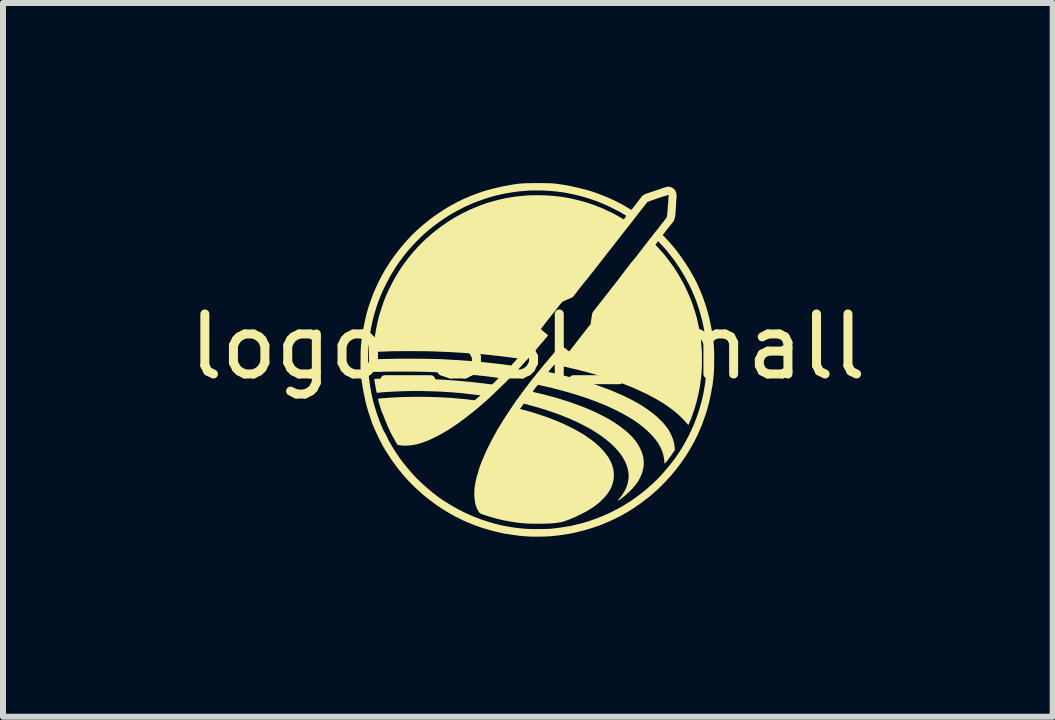
<source format=kicad_pcb>
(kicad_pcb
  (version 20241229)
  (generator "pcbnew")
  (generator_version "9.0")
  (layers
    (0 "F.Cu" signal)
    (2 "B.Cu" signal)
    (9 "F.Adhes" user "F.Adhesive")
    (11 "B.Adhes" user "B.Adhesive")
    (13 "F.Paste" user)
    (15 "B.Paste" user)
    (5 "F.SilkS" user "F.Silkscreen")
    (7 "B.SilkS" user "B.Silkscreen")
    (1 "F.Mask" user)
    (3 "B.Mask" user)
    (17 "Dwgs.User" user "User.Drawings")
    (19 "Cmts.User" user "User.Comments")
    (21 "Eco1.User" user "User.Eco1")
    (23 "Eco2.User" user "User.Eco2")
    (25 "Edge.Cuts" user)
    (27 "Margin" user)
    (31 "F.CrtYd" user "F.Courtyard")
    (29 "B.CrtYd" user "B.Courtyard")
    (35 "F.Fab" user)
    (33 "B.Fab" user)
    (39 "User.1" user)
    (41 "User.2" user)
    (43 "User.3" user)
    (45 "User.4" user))
  (footprint "logo_SSI_small"
    (layer "F.Cu")
    (at 5.744 3.226)
    (property "Reference" "logo_SSI_small" (at 0 -0.5 0) (unlocked yes) (layer "F.SilkS") (effects (font (size 1 1) (thickness 0.15))))
    (attr board_only exclude_from_pos_files exclude_from_bom)
    (fp_poly (pts (xy 0.222 -3.225) (xy 0.276 -3.225) (xy 0.324 -3.224) (xy 0.367 -3.223) (xy 0.404 -3.221) (xy 0.436 -3.219) (xy 0.465 -3.216) (xy 0.488 -3.213) (xy 0.541 -3.205) (xy 0.586 -3.199) (xy 0.627 -3.192) (xy 0.664 -3.185) (xy 0.698 -3.179) (xy 0.731 -3.172) (xy 0.754 -3.167) (xy 0.771 -3.163) (xy 0.791 -3.158) (xy 0.808 -3.154) (xy 0.825 -3.15) (xy 0.846 -3.145) (xy 0.869 -3.14) (xy 0.884 -3.136) (xy 0.903 -3.131) (xy 0.919 -3.127) (xy 0.932 -3.124) (xy 0.938 -3.123) (xy 0.954 -3.119) (xy 0.975 -3.113) (xy 1 -3.106) (xy 1.027 -3.098) (xy 1.055 -3.09) (xy 1.08 -3.082) (xy 1.102 -3.075) (xy 1.118 -3.069) (xy 1.118 -3.069) (xy 1.125 -3.066) (xy 1.138 -3.061) (xy 1.154 -3.056) (xy 1.162 -3.053) (xy 1.228 -3.028) (xy 1.297 -3.001) (xy 1.364 -2.972) (xy 1.429 -2.942) (xy 1.48 -2.917) (xy 1.499 -2.907) (xy 1.52 -2.896) (xy 1.543 -2.884) (xy 1.565 -2.872) (xy 1.585 -2.861) (xy 1.6 -2.852) (xy 1.606 -2.849) (xy 1.619 -2.841) (xy 1.63 -2.835) (xy 1.637 -2.832) (xy 1.643 -2.829) (xy 1.654 -2.822) (xy 1.668 -2.813) (xy 1.682 -2.805) (xy 1.698 -2.795) (xy 1.711 -2.787) (xy 1.72 -2.782) (xy 1.724 -2.781) (xy 1.727 -2.784) (xy 1.735 -2.791) (xy 1.744 -2.802) (xy 1.744 -2.803) (xy 1.755 -2.817) (xy 1.765 -2.83) (xy 1.772 -2.838) (xy 1.779 -2.846) (xy 1.789 -2.859) (xy 1.8 -2.875) (xy 1.813 -2.892) (xy 1.814 -2.893) (xy 1.828 -2.911) (xy 1.841 -2.928) (xy 1.853 -2.944) (xy 1.862 -2.955) (xy 1.873 -2.969) (xy 1.884 -2.983) (xy 1.89 -2.992) (xy 1.899 -3.004) (xy 1.91 -3.015) (xy 1.914 -3.018) (xy 1.927 -3.027) (xy 1.944 -3.036) (xy 1.965 -3.046) (xy 1.986 -3.054) (xy 2.004 -3.061) (xy 2.01 -3.063) (xy 2.021 -3.066) (xy 2.038 -3.072) (xy 2.058 -3.078) (xy 2.08 -3.085) (xy 2.084 -3.087) (xy 2.107 -3.095) (xy 2.131 -3.103) (xy 2.153 -3.11) (xy 2.17 -3.115) (xy 2.171 -3.115) (xy 2.189 -3.121) (xy 2.205 -3.126) (xy 2.217 -3.131) (xy 2.219 -3.132) (xy 2.232 -3.138) (xy 2.248 -3.143) (xy 2.258 -3.147) (xy 2.286 -3.154) (xy 2.307 -3.16) (xy 2.323 -3.164) (xy 2.334 -3.166) (xy 2.342 -3.167) (xy 2.349 -3.166) (xy 2.354 -3.165) (xy 2.367 -3.162) (xy 2.38 -3.159) (xy 2.396 -3.154) (xy 2.413 -3.144) (xy 2.431 -3.13) (xy 2.447 -3.115) (xy 2.454 -3.106) (xy 2.465 -3.083) (xy 2.474 -3.055) (xy 2.478 -3.024) (xy 2.479 -2.991) (xy 2.476 -2.965) (xy 2.474 -2.952) (xy 2.473 -2.934) (xy 2.471 -2.913) (xy 2.47 -2.89) (xy 2.47 -2.889) (xy 2.469 -2.866) (xy 2.468 -2.845) (xy 2.467 -2.826) (xy 2.466 -2.813) (xy 2.466 -2.813) (xy 2.465 -2.798) (xy 2.464 -2.779) (xy 2.462 -2.759) (xy 2.462 -2.757) (xy 2.461 -2.737) (xy 2.46 -2.717) (xy 2.458 -2.7) (xy 2.458 -2.699) (xy 2.456 -2.683) (xy 2.453 -2.664) (xy 2.448 -2.644) (xy 2.447 -2.639) (xy 2.441 -2.62) (xy 2.435 -2.604) (xy 2.426 -2.588) (xy 2.413 -2.57) (xy 2.396 -2.549) (xy 2.391 -2.543) (xy 2.369 -2.516) (xy 2.351 -2.493) (xy 2.336 -2.475) (xy 2.323 -2.459) (xy 2.311 -2.443) (xy 2.308 -2.439) (xy 2.295 -2.422) (xy 2.281 -2.404) (xy 2.269 -2.388) (xy 2.266 -2.384) (xy 2.247 -2.361) (xy 2.299 -2.306) (xy 2.333 -2.269) (xy 2.367 -2.232) (xy 2.399 -2.196) (xy 2.426 -2.163) (xy 2.446 -2.139) (xy 2.46 -2.121) (xy 2.475 -2.101) (xy 2.489 -2.084) (xy 2.49 -2.083) (xy 2.514 -2.052) (xy 2.54 -2.015) (xy 2.569 -1.975) (xy 2.598 -1.933) (xy 2.627 -1.89) (xy 2.654 -1.848) (xy 2.673 -1.819) (xy 2.694 -1.783) (xy 2.717 -1.745) (xy 2.739 -1.706) (xy 2.76 -1.667) (xy 2.781 -1.63) (xy 2.799 -1.595) (xy 2.814 -1.564) (xy 2.826 -1.538) (xy 2.832 -1.525) (xy 2.837 -1.513) (xy 2.844 -1.497) (xy 2.852 -1.479) (xy 2.856 -1.471) (xy 2.865 -1.451) (xy 2.874 -1.429) (xy 2.883 -1.41) (xy 2.885 -1.405) (xy 2.891 -1.389) (xy 2.896 -1.376) (xy 2.9 -1.368) (xy 2.9 -1.367) (xy 2.906 -1.353) (xy 2.913 -1.333) (xy 2.922 -1.308) (xy 2.932 -1.279) (xy 2.943 -1.248) (xy 2.954 -1.216) (xy 2.965 -1.183) (xy 2.975 -1.152) (xy 2.983 -1.123) (xy 2.991 -1.099) (xy 2.992 -1.095) (xy 2.998 -1.072) (xy 3.005 -1.046) (xy 3.012 -1.019) (xy 3.019 -0.991) (xy 3.025 -0.965) (xy 3.03 -0.943) (xy 3.033 -0.927) (xy 3.034 -0.925) (xy 3.038 -0.905) (xy 3.042 -0.885) (xy 3.045 -0.868) (xy 3.046 -0.867) (xy 3.053 -0.833) (xy 3.061 -0.794) (xy 3.068 -0.752) (xy 3.07 -0.741) (xy 3.075 -0.706) (xy 3.08 -0.677) (xy 3.083 -0.656) (xy 3.085 -0.639) (xy 3.087 -0.628) (xy 3.087 -0.62) (xy 3.088 -0.619) (xy 3.088 -0.61) (xy 3.09 -0.595) (xy 3.092 -0.577) (xy 3.094 -0.563) (xy 3.097 -0.533) (xy 3.1 -0.496) (xy 3.102 -0.453) (xy 3.104 -0.407) (xy 3.105 -0.357) (xy 3.105 -0.305) (xy 3.105 -0.253) (xy 3.104 -0.201) (xy 3.103 -0.151) (xy 3.102 -0.104) (xy 3.099 -0.061) (xy 3.096 -0.024) (xy 3.094 -0.001) (xy 3.091 0.02) (xy 3.089 0.04) (xy 3.087 0.055) (xy 3.086 0.065) (xy 3.084 0.087) (xy 3.08 0.114) (xy 3.076 0.145) (xy 3.07 0.178) (xy 3.064 0.211) (xy 3.058 0.244) (xy 3.053 0.272) (xy 3.048 0.296) (xy 3.046 0.304) (xy 3.042 0.32) (xy 3.039 0.336) (xy 3.038 0.344) (xy 3.035 0.359) (xy 3.032 0.375) (xy 3.031 0.377) (xy 3.028 0.389) (xy 3.026 0.398) (xy 3.026 0.399) (xy 3.024 0.407) (xy 3.021 0.421) (xy 3.017 0.438) (xy 3.012 0.458) (xy 3.007 0.477) (xy 3.002 0.495) (xy 2.998 0.509) (xy 2.996 0.517) (xy 2.996 0.517) (xy 2.993 0.526) (xy 2.989 0.54) (xy 2.984 0.558) (xy 2.978 0.577) (xy 2.972 0.596) (xy 2.967 0.612) (xy 2.962 0.628) (xy 2.957 0.643) (xy 2.951 0.661) (xy 2.944 0.681) (xy 2.935 0.707) (xy 2.926 0.731) (xy 2.915 0.763) (xy 2.906 0.789) (xy 2.896 0.813) (xy 2.887 0.836) (xy 2.876 0.861) (xy 2.863 0.891) (xy 2.862 0.893) (xy 2.853 0.913) (xy 2.844 0.933) (xy 2.837 0.95) (xy 2.832 0.961) (xy 2.832 0.961) (xy 2.826 0.974) (xy 2.818 0.991) (xy 2.809 1.009) (xy 2.805 1.017) (xy 2.775 1.076) (xy 2.746 1.13) (xy 2.718 1.18) (xy 2.69 1.227) (xy 2.661 1.274) (xy 2.63 1.323) (xy 2.596 1.373) (xy 2.553 1.435) (xy 2.506 1.498) (xy 2.457 1.561) (xy 2.426 1.599) (xy 2.393 1.639) (xy 2.354 1.682) (xy 2.313 1.726) (xy 2.27 1.771) (xy 2.227 1.815) (xy 2.184 1.857) (xy 2.143 1.896) (xy 2.105 1.929) (xy 2.097 1.937) (xy 2.083 1.948) (xy 2.067 1.962) (xy 2.049 1.977) (xy 2.042 1.983) (xy 2.024 1.999) (xy 2.002 2.017) (xy 1.976 2.037) (xy 1.946 2.06) (xy 1.909 2.087) (xy 1.902 2.093) (xy 1.887 2.104) (xy 1.866 2.119) (xy 1.841 2.136) (xy 1.813 2.155) (xy 1.784 2.176) (xy 1.754 2.196) (xy 1.746 2.201) (xy 1.732 2.21) (xy 1.718 2.219) (xy 1.708 2.225) (xy 1.696 2.232) (xy 1.682 2.24) (xy 1.678 2.243) (xy 1.667 2.25) (xy 1.657 2.256) (xy 1.654 2.258) (xy 1.648 2.261) (xy 1.636 2.268) (xy 1.62 2.277) (xy 1.603 2.287) (xy 1.6 2.289) (xy 1.57 2.306) (xy 1.535 2.324) (xy 1.495 2.345) (xy 1.453 2.365) (xy 1.411 2.386) (xy 1.369 2.405) (xy 1.331 2.422) (xy 1.304 2.433) (xy 1.281 2.443) (xy 1.259 2.452) (xy 1.24 2.46) (xy 1.226 2.466) (xy 1.218 2.469) (xy 1.218 2.469) (xy 1.204 2.475) (xy 1.184 2.482) (xy 1.16 2.49) (xy 1.132 2.5) (xy 1.103 2.51) (xy 1.073 2.519) (xy 1.045 2.528) (xy 1.019 2.536) (xy 1.008 2.539) (xy 0.978 2.548) (xy 0.954 2.555) (xy 0.934 2.56) (xy 0.918 2.565) (xy 0.903 2.569) (xy 0.888 2.572) (xy 0.884 2.574) (xy 0.849 2.582) (xy 0.819 2.59) (xy 0.792 2.596) (xy 0.772 2.601) (xy 0.757 2.604) (xy 0.75 2.606) (xy 0.742 2.607) (xy 0.729 2.609) (xy 0.714 2.612) (xy 0.71 2.613) (xy 0.666 2.621) (xy 0.616 2.629) (xy 0.564 2.637) (xy 0.51 2.644) (xy 0.458 2.65) (xy 0.409 2.655) (xy 0.365 2.659) (xy 0.36 2.659) (xy 0.328 2.661) (xy 0.291 2.662) (xy 0.25 2.664) (xy 0.207 2.664) (xy 0.164 2.665) (xy 0.123 2.665) (xy 0.087 2.665) (xy 0.078 2.665) (xy 0.037 2.663) (xy -0.006 2.661) (xy -0.051 2.658) (xy -0.095 2.655) (xy -0.135 2.651) (xy -0.166 2.647) (xy -0.19 2.644) (xy -0.215 2.64) (xy -0.237 2.637) (xy -0.255 2.635) (xy -0.256 2.635) (xy -0.276 2.632) (xy -0.298 2.628) (xy -0.316 2.625) (xy -0.317 2.625) (xy -0.334 2.622) (xy -0.349 2.62) (xy -0.359 2.619) (xy -0.37 2.618) (xy -0.386 2.616) (xy -0.397 2.613) (xy -0.412 2.609) (xy -0.424 2.607) (xy -0.43 2.605) (xy -0.441 2.603) (xy -0.459 2.6) (xy -0.481 2.595) (xy -0.506 2.588) (xy -0.534 2.582) (xy -0.562 2.575) (xy -0.588 2.568) (xy -0.612 2.561) (xy -0.614 2.561) (xy -0.672 2.544) (xy -0.723 2.529) (xy -0.77 2.515) (xy -0.812 2.501) (xy -0.852 2.487) (xy -0.89 2.472) (xy -0.929 2.457) (xy -0.946 2.45) (xy -0.969 2.441) (xy -0.993 2.431) (xy -1.017 2.421) (xy -1.028 2.416) (xy -1.044 2.409) (xy -1.065 2.4) (xy -1.09 2.388) (xy -1.118 2.374) (xy -1.147 2.36) (xy -1.176 2.345) (xy -1.204 2.331) (xy -1.228 2.319) (xy -1.24 2.312) (xy -1.266 2.298) (xy -1.295 2.281) (xy -1.326 2.264) (xy -1.357 2.245) (xy -1.386 2.227) (xy -1.413 2.211) (xy -1.435 2.196) (xy -1.446 2.189) (xy -1.463 2.177) (xy -1.483 2.164) (xy -1.502 2.151) (xy -1.505 2.149) (xy -1.52 2.138) (xy -1.533 2.129) (xy -1.546 2.121) (xy -1.559 2.111) (xy -1.574 2.1) (xy -1.594 2.085) (xy -1.601 2.079) (xy -1.619 2.066) (xy -1.637 2.052) (xy -1.652 2.04) (xy -1.662 2.033) (xy -1.702 2.002) (xy -1.745 1.966) (xy -1.791 1.926) (xy -1.839 1.882) (xy -1.886 1.838) (xy -1.933 1.792) (xy -1.978 1.746) (xy -2.02 1.701) (xy -2.058 1.659) (xy -2.091 1.62) (xy -2.105 1.602) (xy -2.116 1.588) (xy -2.127 1.575) (xy -2.135 1.566) (xy -2.135 1.566) (xy -2.142 1.558) (xy -2.151 1.546) (xy -2.164 1.53) (xy -2.178 1.511) (xy -2.191 1.493) (xy -2.206 1.474) (xy -2.219 1.455) (xy -2.231 1.44) (xy -2.239 1.429) (xy -2.243 1.423) (xy -2.248 1.417) (xy -2.256 1.405) (xy -2.267 1.389) (xy -2.28 1.37) (xy -2.294 1.349) (xy -2.307 1.329) (xy -2.32 1.31) (xy -2.331 1.293) (xy -2.339 1.28) (xy -2.344 1.273) (xy -2.35 1.263) (xy -2.358 1.25) (xy -2.365 1.239) (xy -2.373 1.226) (xy -2.384 1.208) (xy -2.394 1.189) (xy -2.398 1.183) (xy -2.407 1.167) (xy -2.416 1.151) (xy -2.423 1.139) (xy -2.425 1.135) (xy -2.441 1.106) (xy -2.458 1.073) (xy -2.477 1.036) (xy -2.496 0.996) (xy -2.515 0.955) (xy -2.534 0.914) (xy -2.552 0.874) (xy -2.568 0.836) (xy -2.583 0.801) (xy -2.595 0.771) (xy -2.604 0.745) (xy -2.607 0.735) (xy -2.61 0.726) (xy -2.615 0.711) (xy -2.621 0.693) (xy -2.627 0.676) (xy -2.633 0.659) (xy -2.638 0.645) (xy -2.641 0.635) (xy -2.642 0.631) (xy -2.642 0.631) (xy -2.642 0.628) (xy -2.645 0.62) (xy -2.647 0.616) (xy -2.651 0.606) (xy -2.656 0.59) (xy -2.661 0.572) (xy -2.665 0.561) (xy -2.67 0.542) (xy -2.676 0.522) (xy -2.681 0.506) (xy -2.682 0.5) (xy -2.686 0.487) (xy -2.689 0.475) (xy -2.69 0.471) (xy -2.692 0.462) (xy -2.695 0.449) (xy -2.698 0.442) (xy -2.7 0.431) (xy -2.704 0.414) (xy -2.709 0.394) (xy -2.713 0.372) (xy -2.718 0.351) (xy -2.722 0.332) (xy -2.725 0.317) (xy -2.726 0.309) (xy -2.728 0.301) (xy -2.731 0.288) (xy -2.732 0.284) (xy -2.735 0.27) (xy -2.738 0.256) (xy -2.738 0.253) (xy -2.74 0.24) (xy -2.743 0.225) (xy -2.744 0.222) (xy -2.747 0.204) (xy -2.751 0.18) (xy -2.756 0.153) (xy -2.76 0.123) (xy -2.765 0.093) (xy -2.769 0.065) (xy -2.772 0.04) (xy -2.773 0.021) (xy -2.774 0.017) (xy -2.775 0.006) (xy -2.776 -0.01) (xy -2.778 -0.032) (xy -2.781 -0.055) (xy -2.782 -0.069) (xy -2.784 -0.086) (xy -2.785 -0.104) (xy -2.786 -0.123) (xy -2.787 -0.143) (xy -2.787 -0.166) (xy -2.788 -0.193) (xy -2.788 -0.225) (xy -2.787 -0.243) (xy -2.662 -0.243) (xy -2.66 -0.173) (xy -2.659 -0.141) (xy -2.657 -0.108) (xy -2.655 -0.077) (xy -2.653 -0.049) (xy -2.651 -0.026) (xy -2.65 -0.011) (xy -2.647 0.01) (xy -2.645 0.03) (xy -2.643 0.046) (xy -2.642 0.055) (xy -2.64 0.067) (xy -2.638 0.084) (xy -2.635 0.104) (xy -2.634 0.113) (xy -2.631 0.134) (xy -2.627 0.156) (xy -2.625 0.175) (xy -2.624 0.181) (xy -2.616 0.226) (xy -2.609 0.268) (xy -2.601 0.304) (xy -2.6 0.309) (xy -2.592 0.344) (xy -2.585 0.373) (xy -2.579 0.397) (xy -2.574 0.417) (xy -2.57 0.434) (xy -2.565 0.451) (xy -2.561 0.468) (xy -2.555 0.487) (xy -2.548 0.509) (xy -2.54 0.535) (xy -2.538 0.543) (xy -2.517 0.609) (xy -2.494 0.675) (xy -2.47 0.74) (xy -2.446 0.801) (xy -2.421 0.858) (xy -2.412 0.879) (xy -2.405 0.894) (xy -2.399 0.906) (xy -2.396 0.914) (xy -2.396 0.916) (xy -2.393 0.919) (xy -2.392 0.919) (xy -2.389 0.923) (xy -2.383 0.932) (xy -2.375 0.946) (xy -2.366 0.964) (xy -2.358 0.979) (xy -2.348 0.999) (xy -2.34 1.016) (xy -2.334 1.029) (xy -2.331 1.037) (xy -2.33 1.039) (xy -2.33 1.042) (xy -2.326 1.05) (xy -2.325 1.052) (xy -2.319 1.062) (xy -2.311 1.076) (xy -2.303 1.092) (xy -2.302 1.093) (xy -2.292 1.11) (xy -2.283 1.126) (xy -2.274 1.139) (xy -2.274 1.14) (xy -2.266 1.153) (xy -2.256 1.17) (xy -2.248 1.183) (xy -2.239 1.199) (xy -2.226 1.219) (xy -2.211 1.243) (xy -2.194 1.268) (xy -2.176 1.295) (xy -2.158 1.321) (xy -2.141 1.346) (xy -2.125 1.369) (xy -2.111 1.388) (xy -2.1 1.402) (xy -2.094 1.41) (xy -2.09 1.415) (xy -2.082 1.425) (xy -2.073 1.437) (xy -2.068 1.443) (xy -2.056 1.459) (xy -2.044 1.474) (xy -2.034 1.486) (xy -2.032 1.489) (xy -2.022 1.501) (xy -2.009 1.516) (xy -2 1.527) (xy -1.97 1.563) (xy -1.936 1.601) (xy -1.901 1.641) (xy -1.864 1.68) (xy -1.827 1.717) (xy -1.793 1.75) (xy -1.762 1.779) (xy -1.744 1.795) (xy -1.725 1.812) (xy -1.708 1.828) (xy -1.694 1.84) (xy -1.69 1.843) (xy -1.663 1.867) (xy -1.632 1.893) (xy -1.598 1.921) (xy -1.563 1.949) (xy -1.527 1.976) (xy -1.493 2.002) (xy -1.461 2.025) (xy -1.431 2.046) (xy -1.407 2.062) (xy -1.401 2.065) (xy -1.393 2.07) (xy -1.38 2.079) (xy -1.363 2.089) (xy -1.344 2.101) (xy -1.335 2.107) (xy -1.28 2.141) (xy -1.222 2.175) (xy -1.16 2.209) (xy -1.097 2.241) (xy -1.035 2.272) (xy -0.974 2.3) (xy -0.916 2.325) (xy -0.862 2.346) (xy -0.853 2.35) (xy -0.834 2.357) (xy -0.817 2.363) (xy -0.804 2.368) (xy -0.797 2.371) (xy -0.797 2.371) (xy -0.789 2.374) (xy -0.774 2.38) (xy -0.754 2.386) (xy -0.73 2.394) (xy -0.704 2.403) (xy -0.676 2.411) (xy -0.648 2.42) (xy -0.621 2.428) (xy -0.602 2.433) (xy -0.588 2.437) (xy -0.577 2.441) (xy -0.571 2.444) (xy -0.562 2.447) (xy -0.557 2.447) (xy -0.55 2.448) (xy -0.538 2.451) (xy -0.529 2.453) (xy -0.512 2.458) (xy -0.493 2.463) (xy -0.486 2.466) (xy -0.472 2.469) (xy -0.459 2.472) (xy -0.453 2.473) (xy -0.443 2.475) (xy -0.429 2.478) (xy -0.422 2.479) (xy -0.408 2.483) (xy -0.394 2.485) (xy -0.39 2.486) (xy -0.378 2.488) (xy -0.364 2.49) (xy -0.36 2.491) (xy -0.342 2.495) (xy -0.321 2.498) (xy -0.296 2.503) (xy -0.269 2.507) (xy -0.242 2.511) (xy -0.217 2.515) (xy -0.194 2.518) (xy -0.175 2.521) (xy -0.162 2.522) (xy -0.157 2.523) (xy -0.15 2.523) (xy -0.136 2.525) (xy -0.119 2.526) (xy -0.099 2.529) (xy -0.097 2.529) (xy -0.073 2.531) (xy -0.047 2.533) (xy -0.024 2.535) (xy -0.008 2.535) (xy 0.008 2.536) (xy 0.022 2.536) (xy 0.03 2.537) (xy 0.032 2.538) (xy 0.036 2.538) (xy 0.047 2.538) (xy 0.064 2.538) (xy 0.086 2.538) (xy 0.112 2.538) (xy 0.141 2.538) (xy 0.171 2.538) (xy 0.203 2.538) (xy 0.234 2.537) (xy 0.263 2.537) (xy 0.291 2.537) (xy 0.315 2.536) (xy 0.335 2.536) (xy 0.348 2.535) (xy 0.366 2.534) (xy 0.391 2.532) (xy 0.42 2.529) (xy 0.453 2.525) (xy 0.488 2.521) (xy 0.522 2.516) (xy 0.556 2.512) (xy 0.586 2.507) (xy 0.612 2.503) (xy 0.62 2.502) (xy 0.64 2.498) (xy 0.663 2.494) (xy 0.68 2.491) (xy 0.697 2.489) (xy 0.715 2.485) (xy 0.733 2.482) (xy 0.754 2.477) (xy 0.779 2.471) (xy 0.809 2.464) (xy 0.834 2.457) (xy 0.857 2.452) (xy 0.878 2.446) (xy 0.895 2.442) (xy 0.908 2.439) (xy 0.913 2.438) (xy 0.94 2.43) (xy 0.972 2.421) (xy 1.009 2.409) (xy 1.048 2.396) (xy 1.089 2.381) (xy 1.13 2.367) (xy 1.168 2.352) (xy 1.203 2.339) (xy 1.234 2.326) (xy 1.25 2.319) (xy 1.261 2.315) (xy 1.276 2.308) (xy 1.294 2.3) (xy 1.309 2.294) (xy 1.35 2.275) (xy 1.396 2.253) (xy 1.445 2.228) (xy 1.495 2.202) (xy 1.544 2.175) (xy 1.591 2.148) (xy 1.633 2.122) (xy 1.642 2.116) (xy 1.651 2.111) (xy 1.662 2.105) (xy 1.676 2.096) (xy 1.696 2.084) (xy 1.719 2.068) (xy 1.746 2.049) (xy 1.776 2.028) (xy 1.806 2.006) (xy 1.837 1.984) (xy 1.867 1.961) (xy 1.895 1.94) (xy 1.914 1.925) (xy 1.958 1.889) (xy 2.005 1.849) (xy 2.056 1.803) (xy 2.109 1.755) (xy 2.127 1.737) (xy 2.162 1.703) (xy 2.201 1.663) (xy 2.241 1.619) (xy 2.283 1.571) (xy 2.325 1.521) (xy 2.367 1.47) (xy 2.407 1.419) (xy 2.445 1.37) (xy 2.45 1.363) (xy 2.457 1.353) (xy 2.468 1.337) (xy 2.482 1.317) (xy 2.497 1.295) (xy 2.512 1.271) (xy 2.528 1.248) (xy 2.542 1.226) (xy 2.553 1.208) (xy 2.562 1.195) (xy 2.594 1.141) (xy 2.627 1.082) (xy 2.66 1.02) (xy 2.692 0.959) (xy 2.72 0.899) (xy 2.738 0.859) (xy 2.748 0.837) (xy 2.757 0.816) (xy 2.765 0.798) (xy 2.771 0.785) (xy 2.774 0.777) (xy 2.778 0.767) (xy 2.783 0.753) (xy 2.788 0.739) (xy 2.793 0.726) (xy 2.797 0.715) (xy 2.8 0.709) (xy 2.802 0.704) (xy 2.807 0.693) (xy 2.812 0.679) (xy 2.814 0.673) (xy 2.82 0.657) (xy 2.825 0.641) (xy 2.83 0.63) (xy 2.83 0.629) (xy 2.834 0.618) (xy 2.836 0.61) (xy 2.836 0.61) (xy 2.837 0.601) (xy 2.84 0.595) (xy 2.844 0.584) (xy 2.849 0.568) (xy 2.856 0.547) (xy 2.863 0.523) (xy 2.87 0.498) (xy 2.878 0.473) (xy 2.884 0.45) (xy 2.889 0.431) (xy 2.893 0.417) (xy 2.894 0.413) (xy 2.895 0.406) (xy 2.898 0.394) (xy 2.902 0.377) (xy 2.907 0.357) (xy 2.907 0.357) (xy 2.912 0.336) (xy 2.917 0.315) (xy 2.921 0.297) (xy 2.924 0.285) (xy 2.928 0.263) (xy 2.932 0.24) (xy 2.936 0.217) (xy 2.939 0.198) (xy 2.942 0.183) (xy 2.942 0.179) (xy 2.944 0.169) (xy 2.946 0.153) (xy 2.949 0.136) (xy 2.95 0.131) (xy 2.952 0.121) (xy 2.953 0.11) (xy 2.955 0.097) (xy 2.957 0.082) (xy 2.959 0.063) (xy 2.962 0.04) (xy 2.965 0.012) (xy 2.969 -0.023) (xy 2.972 -0.059) (xy 2.974 -0.082) (xy 2.976 -0.112) (xy 2.977 -0.147) (xy 2.978 -0.187) (xy 2.979 -0.229) (xy 2.979 -0.272) (xy 2.979 -0.316) (xy 2.979 -0.358) (xy 2.978 -0.397) (xy 2.977 -0.433) (xy 2.975 -0.463) (xy 2.974 -0.477) (xy 2.969 -0.537) (xy 2.963 -0.593) (xy 2.957 -0.643) (xy 2.951 -0.686) (xy 2.95 -0.695) (xy 2.947 -0.713) (xy 2.944 -0.729) (xy 2.943 -0.742) (xy 2.942 -0.745) (xy 2.939 -0.764) (xy 2.935 -0.789) (xy 2.93 -0.818) (xy 2.923 -0.848) (xy 2.917 -0.879) (xy 2.91 -0.908) (xy 2.904 -0.934) (xy 2.904 -0.935) (xy 2.9 -0.951) (xy 2.896 -0.965) (xy 2.894 -0.975) (xy 2.894 -0.977) (xy 2.891 -0.985) (xy 2.888 -0.999) (xy 2.883 -1.014) (xy 2.883 -1.015) (xy 2.879 -1.03) (xy 2.876 -1.043) (xy 2.873 -1.05) (xy 2.873 -1.051) (xy 2.869 -1.068) (xy 2.862 -1.09) (xy 2.854 -1.116) (xy 2.845 -1.144) (xy 2.835 -1.173) (xy 2.826 -1.202) (xy 2.816 -1.23) (xy 2.808 -1.254) (xy 2.8 -1.275) (xy 2.794 -1.29) (xy 2.792 -1.295) (xy 2.789 -1.303) (xy 2.784 -1.315) (xy 2.78 -1.325) (xy 2.774 -1.339) (xy 2.769 -1.353) (xy 2.766 -1.359) (xy 2.762 -1.368) (xy 2.756 -1.382) (xy 2.749 -1.398) (xy 2.746 -1.406) (xy 2.731 -1.441) (xy 2.711 -1.483) (xy 2.689 -1.528) (xy 2.664 -1.576) (xy 2.637 -1.625) (xy 2.61 -1.674) (xy 2.582 -1.722) (xy 2.555 -1.767) (xy 2.529 -1.809) (xy 2.505 -1.845) (xy 2.504 -1.847) (xy 2.486 -1.874) (xy 2.471 -1.895) (xy 2.459 -1.913) (xy 2.449 -1.927) (xy 2.44 -1.94) (xy 2.431 -1.952) (xy 2.421 -1.964) (xy 2.41 -1.979) (xy 2.408 -1.981) (xy 2.374 -2.025) (xy 2.343 -2.064) (xy 2.315 -2.099) (xy 2.288 -2.131) (xy 2.26 -2.161) (xy 2.232 -2.192) (xy 2.215 -2.21) (xy 2.17 -2.258) (xy 2.149 -2.23) (xy 2.139 -2.217) (xy 2.132 -2.206) (xy 2.128 -2.199) (xy 2.128 -2.198) (xy 2.131 -2.193) (xy 2.137 -2.185) (xy 2.141 -2.182) (xy 2.148 -2.175) (xy 2.159 -2.164) (xy 2.172 -2.149) (xy 2.187 -2.132) (xy 2.195 -2.123) (xy 2.21 -2.106) (xy 2.223 -2.091) (xy 2.234 -2.08) (xy 2.24 -2.073) (xy 2.242 -2.071) (xy 2.248 -2.065) (xy 2.257 -2.054) (xy 2.27 -2.039) (xy 2.285 -2.02) (xy 2.302 -1.998) (xy 2.32 -1.975) (xy 2.338 -1.952) (xy 2.355 -1.928) (xy 2.372 -1.907) (xy 2.386 -1.887) (xy 2.39 -1.881) (xy 2.406 -1.859) (xy 2.418 -1.842) (xy 2.427 -1.83) (xy 2.434 -1.82) (xy 2.44 -1.811) (xy 2.445 -1.803) (xy 2.451 -1.794) (xy 2.458 -1.783) (xy 2.458 -1.783) (xy 2.468 -1.767) (xy 2.48 -1.748) (xy 2.491 -1.732) (xy 2.499 -1.719) (xy 2.505 -1.709) (xy 2.508 -1.703) (xy 2.508 -1.703) (xy 2.51 -1.699) (xy 2.515 -1.69) (xy 2.521 -1.68) (xy 2.53 -1.665) (xy 2.541 -1.647) (xy 2.55 -1.631) (xy 2.56 -1.612) (xy 2.571 -1.592) (xy 2.58 -1.577) (xy 2.594 -1.551) (xy 2.61 -1.521) (xy 2.625 -1.489) (xy 2.64 -1.459) (xy 2.644 -1.449) (xy 2.652 -1.431) (xy 2.66 -1.414) (xy 2.666 -1.399) (xy 2.667 -1.399) (xy 2.673 -1.385) (xy 2.681 -1.368) (xy 2.688 -1.35) (xy 2.69 -1.345) (xy 2.697 -1.329) (xy 2.703 -1.315) (xy 2.707 -1.305) (xy 2.708 -1.303) (xy 2.713 -1.291) (xy 2.72 -1.272) (xy 2.729 -1.249) (xy 2.739 -1.221) (xy 2.749 -1.191) (xy 2.76 -1.16) (xy 2.77 -1.128) (xy 2.78 -1.098) (xy 2.789 -1.07) (xy 2.796 -1.045) (xy 2.802 -1.025) (xy 2.802 -1.025) (xy 2.807 -1.008) (xy 2.812 -0.991) (xy 2.815 -0.98) (xy 2.818 -0.968) (xy 2.821 -0.957) (xy 2.822 -0.954) (xy 2.825 -0.936) (xy 2.829 -0.916) (xy 2.834 -0.897) (xy 2.837 -0.88) (xy 2.84 -0.869) (xy 2.84 -0.869) (xy 2.846 -0.842) (xy 2.852 -0.81) (xy 2.859 -0.773) (xy 2.866 -0.732) (xy 2.873 -0.691) (xy 2.879 -0.65) (xy 2.884 -0.61) (xy 2.886 -0.593) (xy 2.893 -0.509) (xy 2.899 -0.422) (xy 2.901 -0.332) (xy 2.901 -0.242) (xy 2.899 -0.152) (xy 2.894 -0.065) (xy 2.886 0.017) (xy 2.876 0.094) (xy 2.876 0.097) (xy 2.873 0.114) (xy 2.871 0.132) (xy 2.87 0.141) (xy 2.868 0.152) (xy 2.865 0.169) (xy 2.862 0.189) (xy 2.858 0.209) (xy 2.853 0.23) (xy 2.849 0.25) (xy 2.846 0.268) (xy 2.844 0.279) (xy 2.841 0.294) (xy 2.838 0.308) (xy 2.837 0.313) (xy 2.834 0.323) (xy 2.83 0.338) (xy 2.827 0.354) (xy 2.826 0.357) (xy 2.822 0.375) (xy 2.818 0.393) (xy 2.814 0.406) (xy 2.814 0.407) (xy 2.81 0.421) (xy 2.806 0.438) (xy 2.802 0.451) (xy 2.795 0.476) (xy 2.787 0.504) (xy 2.777 0.535) (xy 2.766 0.568) (xy 2.755 0.601) (xy 2.743 0.635) (xy 2.731 0.667) (xy 2.72 0.698) (xy 2.709 0.727) (xy 2.698 0.752) (xy 2.689 0.773) (xy 2.682 0.789) (xy 2.676 0.799) (xy 2.673 0.803) (xy 2.673 0.803) (xy 2.669 0.799) (xy 2.661 0.791) (xy 2.651 0.779) (xy 2.642 0.769) (xy 2.589 0.711) (xy 2.536 0.658) (xy 2.48 0.607) (xy 2.444 0.578) (xy 2.387 0.534) (xy 2.329 0.492) (xy 2.269 0.451) (xy 2.205 0.411) (xy 2.138 0.372) (xy 2.066 0.333) (xy 1.99 0.293) (xy 1.907 0.254) (xy 1.819 0.213) (xy 1.723 0.171) (xy 1.71 0.165) (xy 1.699 0.161) (xy 1.685 0.156) (xy 1.678 0.153) (xy 1.666 0.149) (xy 1.657 0.144) (xy 1.654 0.143) (xy 1.647 0.139) (xy 1.645 0.139) (xy 1.639 0.138) (xy 1.628 0.134) (xy 1.623 0.132) (xy 1.611 0.127) (xy 1.592 0.119) (xy 1.569 0.111) (xy 1.542 0.101) (xy 1.513 0.09) (xy 1.482 0.079) (xy 1.45 0.067) (xy 1.418 0.056) (xy 1.388 0.046) (xy 1.361 0.037) (xy 1.337 0.029) (xy 1.318 0.022) (xy 1.304 0.018) (xy 1.299 0.017) (xy 1.292 0.015) (xy 1.279 0.011) (xy 1.264 0.006) (xy 1.257 0.004) (xy 1.238 -0.002) (xy 1.213 -0.01) (xy 1.183 -0.019) (xy 1.15 -0.029) (xy 1.116 -0.039) (xy 1.081 -0.049) (xy 1.048 -0.058) (xy 1.018 -0.067) (xy 0.993 -0.074) (xy 0.974 -0.078) (xy 0.968 -0.08) (xy 0.957 -0.083) (xy 0.952 -0.084) (xy 0.94 -0.088) (xy 0.93 -0.09) (xy 0.927 -0.091) (xy 0.92 -0.093) (xy 0.908 -0.096) (xy 0.899 -0.098) (xy 0.888 -0.101) (xy 0.871 -0.106) (xy 0.851 -0.111) (xy 0.83 -0.116) (xy 0.811 -0.121) (xy 0.795 -0.124) (xy 0.784 -0.127) (xy 0.784 -0.127) (xy 0.777 -0.128) (xy 0.765 -0.131) (xy 0.75 -0.134) (xy 0.75 -0.134) (xy 0.731 -0.139) (xy 0.711 -0.144) (xy 0.698 -0.147) (xy 0.684 -0.15) (xy 0.664 -0.155) (xy 0.643 -0.16) (xy 0.632 -0.162) (xy 0.606 -0.168) (xy 0.578 -0.175) (xy 0.552 -0.18) (xy 0.529 -0.185) (xy 0.516 -0.187) (xy 0.507 -0.189) (xy 0.493 -0.192) (xy 0.483 -0.195) (xy 0.467 -0.199) (xy 0.455 -0.2) (xy 0.445 -0.198) (xy 0.436 -0.192) (xy 0.425 -0.181) (xy 0.415 -0.17) (xy 0.39 -0.14) (xy 0.37 -0.117) (xy 0.356 -0.099) (xy 0.347 -0.088) (xy 0.344 -0.082) (xy 0.344 -0.082) (xy 0.348 -0.079) (xy 0.358 -0.075) (xy 0.375 -0.071) (xy 0.396 -0.067) (xy 0.407 -0.065) (xy 0.42 -0.061) (xy 0.422 -0.061) (xy 0.44 -0.057) (xy 0.462 -0.051) (xy 0.488 -0.045) (xy 0.515 -0.039) (xy 0.541 -0.032) (xy 0.565 -0.027) (xy 0.586 -0.022) (xy 0.6 -0.019) (xy 0.602 -0.019) (xy 0.61 -0.017) (xy 0.622 -0.014) (xy 0.638 -0.01) (xy 0.64 -0.009) (xy 0.655 -0.005) (xy 0.675 -0.000167) (xy 0.698 0.006) (xy 0.723 0.012) (xy 0.734 0.015) (xy 0.762 0.023) (xy 0.793 0.031) (xy 0.824 0.04) (xy 0.851 0.047) (xy 0.856 0.049) (xy 0.878 0.055) (xy 0.899 0.062) (xy 0.916 0.067) (xy 0.929 0.07) (xy 0.932 0.071) (xy 0.945 0.075) (xy 0.964 0.08) (xy 0.987 0.087) (xy 1.012 0.096) (xy 1.04 0.104) (xy 1.068 0.113) (xy 1.095 0.122) (xy 1.12 0.13) (xy 1.141 0.137) (xy 1.157 0.143) (xy 1.168 0.147) (xy 1.169 0.147) (xy 1.176 0.15) (xy 1.189 0.155) (xy 1.206 0.161) (xy 1.226 0.168) (xy 1.234 0.171) (xy 1.257 0.179) (xy 1.281 0.188) (xy 1.307 0.197) (xy 1.332 0.207) (xy 1.355 0.216) (xy 1.375 0.223) (xy 1.389 0.229) (xy 1.394 0.231) (xy 1.4 0.234) (xy 1.412 0.239) (xy 1.429 0.246) (xy 1.449 0.254) (xy 1.464 0.261) (xy 1.519 0.285) (xy 1.576 0.31) (xy 1.633 0.337) (xy 1.689 0.364) (xy 1.741 0.391) (xy 1.789 0.417) (xy 1.829 0.44) (xy 1.845 0.449) (xy 1.858 0.457) (xy 1.867 0.462) (xy 1.871 0.463) (xy 1.875 0.465) (xy 1.885 0.471) (xy 1.899 0.481) (xy 1.916 0.492) (xy 1.936 0.505) (xy 1.957 0.519) (xy 1.978 0.534) (xy 1.999 0.548) (xy 2.017 0.561) (xy 2.033 0.572) (xy 2.044 0.58) (xy 2.099 0.623) (xy 2.152 0.668) (xy 2.202 0.716) (xy 2.249 0.763) (xy 2.29 0.811) (xy 2.325 0.856) (xy 2.329 0.861) (xy 2.365 0.92) (xy 2.395 0.981) (xy 2.419 1.043) (xy 2.436 1.106) (xy 2.446 1.168) (xy 2.447 1.184) (xy 2.449 1.222) (xy 2.434 1.245) (xy 2.422 1.263) (xy 2.412 1.277) (xy 2.403 1.29) (xy 2.393 1.304) (xy 2.382 1.32) (xy 2.367 1.34) (xy 2.343 1.372) (xy 2.324 1.398) (xy 2.308 1.418) (xy 2.296 1.432) (xy 2.287 1.442) (xy 2.281 1.447) (xy 2.278 1.447) (xy 2.276 1.444) (xy 2.276 1.442) (xy 2.275 1.418) (xy 2.272 1.39) (xy 2.268 1.359) (xy 2.262 1.328) (xy 2.256 1.299) (xy 2.249 1.272) (xy 2.242 1.251) (xy 2.24 1.245) (xy 2.237 1.238) (xy 2.231 1.225) (xy 2.226 1.211) (xy 2.2 1.158) (xy 2.168 1.103) (xy 2.127 1.047) (xy 2.079 0.99) (xy 2.024 0.933) (xy 1.978 0.889) (xy 1.932 0.849) (xy 1.885 0.811) (xy 1.835 0.773) (xy 1.78 0.736) (xy 1.754 0.718) (xy 1.664 0.663) (xy 1.567 0.609) (xy 1.464 0.556) (xy 1.356 0.505) (xy 1.304 0.482) (xy 1.283 0.473) (xy 1.261 0.464) (xy 1.241 0.456) (xy 1.228 0.451) (xy 1.212 0.444) (xy 1.197 0.438) (xy 1.186 0.434) (xy 1.185 0.433) (xy 1.176 0.429) (xy 1.17 0.427) (xy 1.17 0.427) (xy 1.165 0.426) (xy 1.156 0.422) (xy 1.155 0.421) (xy 1.145 0.418) (xy 1.131 0.412) (xy 1.114 0.406) (xy 1.102 0.401) (xy 1.085 0.395) (xy 1.069 0.39) (xy 1.058 0.385) (xy 1.054 0.384) (xy 1.04 0.378) (xy 1.021 0.371) (xy 0.995 0.362) (xy 0.966 0.352) (xy 0.935 0.341) (xy 0.902 0.331) (xy 0.868 0.32) (xy 0.836 0.31) (xy 0.816 0.303) (xy 0.791 0.296) (xy 0.764 0.287) (xy 0.737 0.279) (xy 0.72 0.274) (xy 0.701 0.268) (xy 0.685 0.263) (xy 0.672 0.259) (xy 0.666 0.258) (xy 0.658 0.256) (xy 0.643 0.252) (xy 0.622 0.246) (xy 0.593 0.238) (xy 0.574 0.233) (xy 0.558 0.229) (xy 0.539 0.224) (xy 0.521 0.219) (xy 0.504 0.214) (xy 0.491 0.211) (xy 0.484 0.209) (xy 0.484 0.209) (xy 0.478 0.208) (xy 0.466 0.205) (xy 0.449 0.201) (xy 0.429 0.195) (xy 0.414 0.191) (xy 0.391 0.185) (xy 0.369 0.18) (xy 0.35 0.175) (xy 0.336 0.172) (xy 0.331 0.171) (xy 0.318 0.169) (xy 0.307 0.166) (xy 0.304 0.165) (xy 0.294 0.163) (xy 0.287 0.161) (xy 0.271 0.158) (xy 0.247 0.153) (xy 0.215 0.145) (xy 0.206 0.143) (xy 0.171 0.135) (xy 0.157 0.148) (xy 0.147 0.159) (xy 0.136 0.173) (xy 0.13 0.181) (xy 0.12 0.195) (xy 0.108 0.212) (xy 0.098 0.225) (xy 0.09 0.237) (xy 0.084 0.247) (xy 0.082 0.252) (xy 0.082 0.252) (xy 0.087 0.254) (xy 0.097 0.257) (xy 0.101 0.257) (xy 0.116 0.26) (xy 0.132 0.264) (xy 0.138 0.265) (xy 0.152 0.269) (xy 0.171 0.273) (xy 0.188 0.277) (xy 0.215 0.283) (xy 0.244 0.29) (xy 0.277 0.299) (xy 0.313 0.308) (xy 0.355 0.32) (xy 0.403 0.333) (xy 0.428 0.34) (xy 0.454 0.347) (xy 0.482 0.355) (xy 0.512 0.364) (xy 0.543 0.373) (xy 0.574 0.383) (xy 0.603 0.392) (xy 0.63 0.4) (xy 0.653 0.407) (xy 0.672 0.413) (xy 0.685 0.418) (xy 0.69 0.42) (xy 0.698 0.423) (xy 0.71 0.427) (xy 0.725 0.432) (xy 0.728 0.433) (xy 0.746 0.439) (xy 0.765 0.446) (xy 0.78 0.451) (xy 0.794 0.457) (xy 0.808 0.462) (xy 0.814 0.464) (xy 0.825 0.467) (xy 0.84 0.473) (xy 0.857 0.479) (xy 0.872 0.485) (xy 0.885 0.489) (xy 0.89 0.492) (xy 0.898 0.495) (xy 0.91 0.5) (xy 0.924 0.505) (xy 0.942 0.512) (xy 0.964 0.521) (xy 0.989 0.531) (xy 1.016 0.543) (xy 1.044 0.555) (xy 1.071 0.567) (xy 1.096 0.578) (xy 1.118 0.587) (xy 1.136 0.595) (xy 1.147 0.601) (xy 1.148 0.601) (xy 1.155 0.605) (xy 1.167 0.611) (xy 1.184 0.62) (xy 1.204 0.63) (xy 1.222 0.639) (xy 1.276 0.666) (xy 1.326 0.693) (xy 1.375 0.721) (xy 1.425 0.752) (xy 1.472 0.783) (xy 1.552 0.839) (xy 1.625 0.896) (xy 1.69 0.954) (xy 1.747 1.012) (xy 1.796 1.072) (xy 1.838 1.133) (xy 1.872 1.195) (xy 1.899 1.258) (xy 1.919 1.324) (xy 1.922 1.337) (xy 1.927 1.367) (xy 1.93 1.402) (xy 1.931 1.44) (xy 1.93 1.476) (xy 1.927 1.509) (xy 1.926 1.514) (xy 1.916 1.56) (xy 1.901 1.61) (xy 1.881 1.659) (xy 1.858 1.706) (xy 1.846 1.729) (xy 1.813 1.778) (xy 1.773 1.829) (xy 1.727 1.88) (xy 1.675 1.931) (xy 1.619 1.981) (xy 1.561 2.027) (xy 1.539 2.043) (xy 1.522 2.055) (xy 1.51 2.061) (xy 1.503 2.063) (xy 1.5 2.061) (xy 1.5 2.06) (xy 1.503 2.056) (xy 1.509 2.048) (xy 1.512 2.045) (xy 1.527 2.029) (xy 1.545 2.007) (xy 1.563 1.982) (xy 1.582 1.954) (xy 1.6 1.925) (xy 1.615 1.898) (xy 1.628 1.874) (xy 1.633 1.861) (xy 1.639 1.847) (xy 1.645 1.834) (xy 1.648 1.827) (xy 1.648 1.826) (xy 1.651 1.821) (xy 1.653 1.813) (xy 1.657 1.801) (xy 1.661 1.783) (xy 1.666 1.76) (xy 1.67 1.743) (xy 1.678 1.692) (xy 1.68 1.638) (xy 1.674 1.583) (xy 1.661 1.525) (xy 1.646 1.476) (xy 1.621 1.415) (xy 1.588 1.354) (xy 1.547 1.293) (xy 1.499 1.232) (xy 1.443 1.172) (xy 1.381 1.112) (xy 1.311 1.053) (xy 1.248 1.005) (xy 1.232 0.993) (xy 1.212 0.98) (xy 1.19 0.965) (xy 1.167 0.949) (xy 1.143 0.933) (xy 1.119 0.918) (xy 1.097 0.904) (xy 1.077 0.891) (xy 1.061 0.881) (xy 1.049 0.875) (xy 1.043 0.871) (xy 1.042 0.871) (xy 1.038 0.869) (xy 1.029 0.864) (xy 1.016 0.857) (xy 1.005 0.851) (xy 0.989 0.842) (xy 0.967 0.83) (xy 0.94 0.816) (xy 0.911 0.801) (xy 0.881 0.786) (xy 0.851 0.771) (xy 0.824 0.758) (xy 0.799 0.746) (xy 0.78 0.737) (xy 0.776 0.735) (xy 0.759 0.728) (xy 0.741 0.72) (xy 0.727 0.713) (xy 0.726 0.713) (xy 0.714 0.708) (xy 0.699 0.701) (xy 0.68 0.693) (xy 0.655 0.683) (xy 0.625 0.671) (xy 0.596 0.659) (xy 0.565 0.647) (xy 0.539 0.637) (xy 0.518 0.629) (xy 0.498 0.621) (xy 0.479 0.614) (xy 0.458 0.607) (xy 0.436 0.6) (xy 0.419 0.594) (xy 0.398 0.587) (xy 0.374 0.578) (xy 0.349 0.57) (xy 0.344 0.568) (xy 0.321 0.561) (xy 0.299 0.554) (xy 0.28 0.547) (xy 0.265 0.543) (xy 0.262 0.542) (xy 0.23 0.532) (xy 0.202 0.523) (xy 0.19 0.519) (xy 0.176 0.515) (xy 0.164 0.512) (xy 0.162 0.511) (xy 0.154 0.509) (xy 0.141 0.505) (xy 0.122 0.5) (xy 0.1 0.494) (xy 0.076 0.487) (xy 0.076 0.487) (xy 0.05 0.48) (xy 0.024 0.473) (xy -0.001 0.466) (xy -0.021 0.461) (xy -0.033 0.457) (xy -0.068 0.448) (xy -0.083 0.47) (xy -0.094 0.486) (xy -0.106 0.503) (xy -0.113 0.512) (xy -0.121 0.523) (xy -0.126 0.532) (xy -0.128 0.536) (xy -0.124 0.538) (xy -0.115 0.541) (xy -0.1 0.545) (xy -0.085 0.549) (xy -0.065 0.554) (xy -0.046 0.559) (xy -0.03 0.563) (xy -0.022 0.565) (xy -0.001 0.571) (xy 0.022 0.578) (xy 0.045 0.585) (xy 0.066 0.591) (xy 0.084 0.597) (xy 0.096 0.601) (xy 0.098 0.601) (xy 0.109 0.604) (xy 0.124 0.609) (xy 0.143 0.615) (xy 0.156 0.619) (xy 0.175 0.625) (xy 0.192 0.631) (xy 0.206 0.635) (xy 0.212 0.638) (xy 0.224 0.642) (xy 0.239 0.647) (xy 0.248 0.65) (xy 0.283 0.661) (xy 0.323 0.676) (xy 0.367 0.692) (xy 0.414 0.71) (xy 0.461 0.729) (xy 0.508 0.748) (xy 0.552 0.767) (xy 0.593 0.785) (xy 0.596 0.786) (xy 0.699 0.836) (xy 0.797 0.886) (xy 0.888 0.938) (xy 0.972 0.991) (xy 1.049 1.045) (xy 1.119 1.099) (xy 1.182 1.155) (xy 1.238 1.21) (xy 1.284 1.265) (xy 1.3 1.286) (xy 1.312 1.301) (xy 1.321 1.313) (xy 1.328 1.322) (xy 1.333 1.33) (xy 1.339 1.338) (xy 1.345 1.348) (xy 1.347 1.352) (xy 1.38 1.413) (xy 1.406 1.474) (xy 1.423 1.536) (xy 1.432 1.598) (xy 1.434 1.66) (xy 1.427 1.722) (xy 1.412 1.784) (xy 1.411 1.787) (xy 1.391 1.841) (xy 1.364 1.894) (xy 1.33 1.946) (xy 1.289 1.997) (xy 1.24 2.049) (xy 1.237 2.051) (xy 1.218 2.07) (xy 1.202 2.085) (xy 1.186 2.099) (xy 1.169 2.114) (xy 1.15 2.129) (xy 1.127 2.146) (xy 1.107 2.161) (xy 1.093 2.171) (xy 1.074 2.183) (xy 1.052 2.198) (xy 1.028 2.213) (xy 1.004 2.227) (xy 0.981 2.241) (xy 0.962 2.252) (xy 0.96 2.252) (xy 0.94 2.263) (xy 0.916 2.275) (xy 0.889 2.289) (xy 0.862 2.302) (xy 0.835 2.316) (xy 0.809 2.328) (xy 0.787 2.338) (xy 0.77 2.346) (xy 0.762 2.349) (xy 0.745 2.356) (xy 0.729 2.363) (xy 0.717 2.368) (xy 0.707 2.372) (xy 0.699 2.375) (xy 0.698 2.375) (xy 0.693 2.377) (xy 0.684 2.38) (xy 0.683 2.381) (xy 0.671 2.386) (xy 0.657 2.391) (xy 0.65 2.393) (xy 0.637 2.398) (xy 0.626 2.402) (xy 0.622 2.404) (xy 0.607 2.409) (xy 0.591 2.415) (xy 0.573 2.419) (xy 0.551 2.424) (xy 0.525 2.428) (xy 0.493 2.433) (xy 0.456 2.438) (xy 0.416 2.442) (xy 0.392 2.444) (xy 0.361 2.446) (xy 0.325 2.447) (xy 0.284 2.448) (xy 0.24 2.449) (xy 0.194 2.45) (xy 0.148 2.45) (xy 0.102 2.449) (xy 0.058 2.449) (xy 0.016 2.447) (xy -0.021 2.446) (xy -0.053 2.444) (xy -0.078 2.442) (xy -0.08 2.442) (xy -0.169 2.432) (xy -0.251 2.42) (xy -0.328 2.407) (xy -0.403 2.393) (xy -0.476 2.376) (xy -0.549 2.357) (xy -0.623 2.336) (xy -0.68 2.318) (xy -0.715 2.307) (xy -0.743 2.298) (xy -0.765 2.29) (xy -0.781 2.283) (xy -0.793 2.277) (xy -0.801 2.272) (xy -0.806 2.267) (xy -0.808 2.264) (xy -0.814 2.254) (xy -0.82 2.247) (xy -0.826 2.238) (xy -0.833 2.225) (xy -0.841 2.209) (xy -0.849 2.193) (xy -0.855 2.179) (xy -0.859 2.169) (xy -0.86 2.165) (xy -0.861 2.157) (xy -0.864 2.154) (xy -0.866 2.149) (xy -0.869 2.139) (xy -0.873 2.126) (xy -0.876 2.111) (xy -0.879 2.098) (xy -0.881 2.089) (xy -0.881 2.086) (xy -0.881 2.081) (xy -0.882 2.07) (xy -0.884 2.055) (xy -0.886 2.045) (xy -0.888 2.028) (xy -0.89 2.014) (xy -0.89 2.005) (xy -0.89 2.003) (xy -0.889 1.996) (xy -0.89 1.992) (xy -0.891 1.984) (xy -0.892 1.97) (xy -0.892 1.951) (xy -0.892 1.929) (xy -0.891 1.906) (xy -0.89 1.882) (xy -0.888 1.861) (xy -0.888 1.857) (xy -0.881 1.807) (xy -0.871 1.751) (xy -0.858 1.694) (xy -0.854 1.676) (xy -0.851 1.661) (xy -0.849 1.65) (xy -0.848 1.646) (xy -0.846 1.64) (xy -0.844 1.639) (xy -0.841 1.636) (xy -0.838 1.627) (xy -0.838 1.624) (xy -0.835 1.614) (xy -0.831 1.598) (xy -0.826 1.581) (xy -0.824 1.574) (xy -0.818 1.557) (xy -0.814 1.541) (xy -0.81 1.528) (xy -0.81 1.525) (xy -0.807 1.516) (xy -0.804 1.511) (xy -0.804 1.511) (xy -0.801 1.508) (xy -0.8 1.499) (xy -0.8 1.497) (xy -0.799 1.488) (xy -0.797 1.483) (xy -0.797 1.483) (xy -0.794 1.48) (xy -0.79 1.471) (xy -0.788 1.464) (xy -0.784 1.453) (xy -0.781 1.445) (xy -0.78 1.443) (xy -0.778 1.439) (xy -0.774 1.429) (xy -0.769 1.415) (xy -0.768 1.412) (xy -0.763 1.399) (xy -0.759 1.388) (xy -0.756 1.383) (xy -0.755 1.383) (xy -0.752 1.38) (xy -0.752 1.377) (xy -0.75 1.369) (xy -0.748 1.364) (xy -0.745 1.358) (xy -0.74 1.346) (xy -0.733 1.331) (xy -0.73 1.323) (xy -0.723 1.307) (xy -0.716 1.291) (xy -0.711 1.28) (xy -0.71 1.277) (xy -0.702 1.259) (xy -0.692 1.238) (xy -0.682 1.217) (xy -0.672 1.195) (xy -0.663 1.176) (xy -0.655 1.161) (xy -0.65 1.15) (xy -0.648 1.147) (xy -0.644 1.14) (xy -0.639 1.129) (xy -0.638 1.127) (xy -0.633 1.115) (xy -0.627 1.104) (xy -0.626 1.103) (xy -0.621 1.094) (xy -0.614 1.081) (xy -0.612 1.075) (xy -0.604 1.06) (xy -0.596 1.044) (xy -0.593 1.039) (xy -0.586 1.026) (xy -0.577 1.01) (xy -0.569 0.993) (xy -0.569 0.993) (xy -0.56 0.977) (xy -0.551 0.962) (xy -0.543 0.95) (xy -0.543 0.95) (xy -0.537 0.94) (xy -0.534 0.933) (xy -0.534 0.931) (xy -0.533 0.927) (xy -0.528 0.921) (xy -0.522 0.914) (xy -0.52 0.91) (xy -0.518 0.904) (xy -0.514 0.894) (xy -0.508 0.883) (xy -0.503 0.874) (xy -0.5 0.871) (xy -0.497 0.867) (xy -0.491 0.858) (xy -0.483 0.845) (xy -0.48 0.839) (xy -0.469 0.821) (xy -0.457 0.801) (xy -0.446 0.784) (xy -0.445 0.783) (xy -0.437 0.771) (xy -0.431 0.76) (xy -0.428 0.754) (xy -0.428 0.754) (xy -0.426 0.749) (xy -0.42 0.74) (xy -0.418 0.737) (xy -0.412 0.728) (xy -0.408 0.721) (xy -0.408 0.72) (xy -0.406 0.716) (xy -0.405 0.715) (xy -0.401 0.712) (xy -0.397 0.704) (xy -0.397 0.704) (xy -0.39 0.693) (xy -0.384 0.684) (xy -0.378 0.677) (xy -0.376 0.672) (xy -0.374 0.667) (xy -0.368 0.658) (xy -0.362 0.649) (xy -0.351 0.635) (xy -0.341 0.619) (xy -0.337 0.612) (xy -0.331 0.602) (xy -0.322 0.588) (xy -0.312 0.573) (xy -0.302 0.558) (xy -0.293 0.544) (xy -0.285 0.533) (xy -0.281 0.528) (xy -0.28 0.527) (xy -0.275 0.521) (xy -0.269 0.511) (xy -0.264 0.5) (xy -0.26 0.493) (xy -0.257 0.491) (xy -0.253 0.488) (xy -0.248 0.48) (xy -0.246 0.478) (xy -0.24 0.467) (xy -0.231 0.454) (xy -0.224 0.444) (xy -0.216 0.433) (xy -0.21 0.425) (xy -0.208 0.421) (xy -0.206 0.416) (xy -0.2 0.408) (xy -0.198 0.405) (xy -0.192 0.396) (xy -0.188 0.39) (xy -0.188 0.389) (xy -0.185 0.384) (xy -0.178 0.376) (xy -0.172 0.369) (xy -0.161 0.358) (xy -0.153 0.346) (xy -0.149 0.34) (xy -0.142 0.328) (xy -0.134 0.318) (xy -0.127 0.311) (xy -0.124 0.305) (xy -0.124 0.305) (xy -0.121 0.3) (xy -0.115 0.292) (xy -0.112 0.287) (xy -0.105 0.278) (xy -0.1 0.27) (xy -0.1 0.268) (xy -0.098 0.264) (xy -0.096 0.263) (xy -0.092 0.26) (xy -0.083 0.25) (xy -0.071 0.233) (xy -0.054 0.21) (xy -0.043 0.194) (xy -0.034 0.18) (xy -0.026 0.17) (xy -0.02 0.164) (xy -0.02 0.163) (xy -0.015 0.159) (xy -0.008 0.15) (xy -0.003 0.142) (xy 0.015 0.117) (xy 0.03 0.097) (xy 0.042 0.082) (xy 0.053 0.069) (xy 0.061 0.059) (xy 0.067 0.052) (xy 0.068 0.049) (xy 0.07 0.045) (xy 0.077 0.037) (xy 0.085 0.027) (xy 0.106 0.003) (xy 0.122 -0.016) (xy 0.133 -0.03) (xy 0.139 -0.04) (xy 0.143 -0.046) (xy 0.149 -0.054) (xy 0.157 -0.064) (xy 0.169 -0.078) (xy 0.182 -0.092) (xy 0.193 -0.105) (xy 0.206 -0.121) (xy 0.217 -0.135) (xy 0.227 -0.148) (xy 0.237 -0.16) (xy 0.244 -0.169) (xy 0.245 -0.169) (xy 0.252 -0.178) (xy 0.262 -0.19) (xy 0.27 -0.199) (xy 0.282 -0.214) (xy 0.295 -0.229) (xy 0.302 -0.237) (xy 0.313 -0.25) (xy 0.326 -0.265) (xy 0.338 -0.28) (xy 0.339 -0.281) (xy 0.349 -0.294) (xy 0.359 -0.306) (xy 0.366 -0.314) (xy 0.367 -0.315) (xy 0.373 -0.321) (xy 0.38 -0.33) (xy 0.391 -0.343) (xy 0.406 -0.36) (xy 0.416 -0.372) (xy 0.454 -0.417) (xy 0.496 -0.464) (xy 0.497 -0.465) (xy 0.507 -0.477) (xy 0.515 -0.487) (xy 0.52 -0.494) (xy 0.52 -0.496) (xy 0.523 -0.504) (xy 0.53 -0.514) (xy 0.538 -0.522) (xy 0.546 -0.525) (xy 0.555 -0.522) (xy 0.565 -0.516) (xy 0.566 -0.515) (xy 0.576 -0.507) (xy 0.588 -0.497) (xy 0.598 -0.489) (xy 0.609 -0.481) (xy 0.617 -0.475) (xy 0.621 -0.473) (xy 0.625 -0.47) (xy 0.633 -0.465) (xy 0.641 -0.458) (xy 0.652 -0.448) (xy 0.661 -0.441) (xy 0.674 -0.431) (xy 0.685 -0.426) (xy 0.693 -0.425) (xy 0.696 -0.428) (xy 0.696 -0.429) (xy 0.698 -0.434) (xy 0.703 -0.44) (xy 0.715 -0.454) (xy 0.73 -0.472) (xy 0.747 -0.494) (xy 0.756 -0.506) (xy 0.763 -0.515) (xy 0.768 -0.52) (xy 0.768 -0.521) (xy 0.771 -0.525) (xy 0.778 -0.533) (xy 0.787 -0.545) (xy 0.788 -0.547) (xy 0.8 -0.562) (xy 0.812 -0.579) (xy 0.822 -0.591) (xy 0.834 -0.606) (xy 0.847 -0.623) (xy 0.854 -0.632) (xy 0.864 -0.646) (xy 0.877 -0.663) (xy 0.892 -0.682) (xy 0.908 -0.701) (xy 0.923 -0.721) (xy 0.937 -0.739) (xy 0.949 -0.754) (xy 0.958 -0.765) (xy 0.962 -0.77) (xy 0.966 -0.775) (xy 0.974 -0.785) (xy 0.983 -0.797) (xy 0.984 -0.799) (xy 0.993 -0.812) (xy 1.002 -0.823) (xy 1.008 -0.83) (xy 1.009 -0.831) (xy 1.023 -0.848) (xy 1.034 -0.861) (xy 1.041 -0.871) (xy 1.046 -0.882) (xy 1.049 -0.895) (xy 1.051 -0.911) (xy 1.053 -0.933) (xy 1.054 -0.939) (xy 1.056 -0.953) (xy 1.059 -0.972) (xy 1.061 -0.987) (xy 1.064 -1.001) (xy 1.066 -1.014) (xy 1.067 -1.021) (xy 1.067 -1.021) (xy 1.068 -1.028) (xy 1.07 -1.039) (xy 1.072 -1.049) (xy 1.074 -1.058) (xy 1.077 -1.065) (xy 1.082 -1.074) (xy 1.088 -1.083) (xy 1.098 -1.096) (xy 1.111 -1.112) (xy 1.123 -1.126) (xy 1.133 -1.139) (xy 1.14 -1.149) (xy 1.144 -1.155) (xy 1.144 -1.156) (xy 1.146 -1.161) (xy 1.147 -1.161) (xy 1.151 -1.165) (xy 1.158 -1.173) (xy 1.164 -1.181) (xy 1.172 -1.191) (xy 1.18 -1.199) (xy 1.183 -1.202) (xy 1.188 -1.208) (xy 1.188 -1.211) (xy 1.19 -1.216) (xy 1.191 -1.217) (xy 1.195 -1.221) (xy 1.202 -1.229) (xy 1.212 -1.241) (xy 1.221 -1.253) (xy 1.233 -1.268) (xy 1.245 -1.283) (xy 1.255 -1.295) (xy 1.259 -1.301) (xy 1.268 -1.312) (xy 1.277 -1.324) (xy 1.278 -1.327) (xy 1.286 -1.338) (xy 1.296 -1.35) (xy 1.297 -1.351) (xy 1.303 -1.358) (xy 1.312 -1.368) (xy 1.322 -1.382) (xy 1.336 -1.399) (xy 1.353 -1.422) (xy 1.361 -1.433) (xy 1.372 -1.447) (xy 1.385 -1.463) (xy 1.398 -1.48) (xy 1.411 -1.497) (xy 1.424 -1.512) (xy 1.434 -1.525) (xy 1.441 -1.533) (xy 1.444 -1.537) (xy 1.448 -1.541) (xy 1.454 -1.549) (xy 1.46 -1.557) (xy 1.469 -1.569) (xy 1.481 -1.584) (xy 1.493 -1.6) (xy 1.499 -1.608) (xy 1.509 -1.621) (xy 1.517 -1.633) (xy 1.521 -1.64) (xy 1.521 -1.642) (xy 1.522 -1.644) (xy 1.525 -1.645) (xy 1.531 -1.648) (xy 1.537 -1.656) (xy 1.539 -1.658) (xy 1.544 -1.668) (xy 1.554 -1.681) (xy 1.565 -1.696) (xy 1.57 -1.703) (xy 1.581 -1.717) (xy 1.591 -1.73) (xy 1.598 -1.739) (xy 1.6 -1.742) (xy 1.605 -1.749) (xy 1.613 -1.76) (xy 1.624 -1.774) (xy 1.637 -1.791) (xy 1.64 -1.794) (xy 1.656 -1.815) (xy 1.674 -1.838) (xy 1.69 -1.86) (xy 1.703 -1.876) (xy 1.717 -1.894) (xy 1.732 -1.913) (xy 1.746 -1.929) (xy 1.754 -1.938) (xy 1.763 -1.948) (xy 1.771 -1.959) (xy 1.781 -1.97) (xy 1.792 -1.984) (xy 1.805 -2.001) (xy 1.822 -2.022) (xy 1.842 -2.049) (xy 1.843 -2.05) (xy 1.851 -2.06) (xy 1.861 -2.073) (xy 1.873 -2.088) (xy 1.878 -2.095) (xy 1.89 -2.111) (xy 1.902 -2.126) (xy 1.911 -2.139) (xy 1.914 -2.143) (xy 1.924 -2.157) (xy 1.936 -2.171) (xy 1.939 -2.175) (xy 1.955 -2.195) (xy 1.972 -2.216) (xy 1.988 -2.237) (xy 1.998 -2.251) (xy 2.004 -2.259) (xy 2.01 -2.266) (xy 2.017 -2.276) (xy 2.026 -2.287) (xy 2.039 -2.303) (xy 2.054 -2.321) (xy 2.065 -2.335) (xy 2.076 -2.349) (xy 2.083 -2.359) (xy 2.09 -2.368) (xy 2.1 -2.382) (xy 2.113 -2.398) (xy 2.126 -2.414) (xy 2.156 -2.451) (xy 2.183 -2.485) (xy 2.207 -2.517) (xy 2.214 -2.526) (xy 2.225 -2.541) (xy 2.236 -2.554) (xy 2.244 -2.564) (xy 2.256 -2.579) (xy 2.269 -2.595) (xy 2.282 -2.612) (xy 2.293 -2.628) (xy 2.303 -2.64) (xy 2.309 -2.649) (xy 2.309 -2.649) (xy 2.314 -2.659) (xy 2.318 -2.673) (xy 2.321 -2.693) (xy 2.324 -2.718) (xy 2.326 -2.749) (xy 2.328 -2.777) (xy 2.33 -2.802) (xy 2.331 -2.826) (xy 2.333 -2.848) (xy 2.335 -2.865) (xy 2.336 -2.873) (xy 2.338 -2.89) (xy 2.339 -2.911) (xy 2.34 -2.931) (xy 2.34 -2.933) (xy 2.341 -2.954) (xy 2.342 -2.976) (xy 2.344 -2.996) (xy 2.344 -2.997) (xy 2.345 -3.011) (xy 2.346 -3.022) (xy 2.346 -3.028) (xy 2.346 -3.028) (xy 2.342 -3.028) (xy 2.332 -3.025) (xy 2.317 -3.021) (xy 2.307 -3.017) (xy 2.29 -3.012) (xy 2.275 -3.008) (xy 2.264 -3.005) (xy 2.261 -3.005) (xy 2.253 -3.003) (xy 2.25 -3.001) (xy 2.245 -2.998) (xy 2.239 -2.996) (xy 2.226 -2.992) (xy 2.208 -2.987) (xy 2.185 -2.98) (xy 2.16 -2.971) (xy 2.133 -2.962) (xy 2.105 -2.952) (xy 2.078 -2.943) (xy 2.053 -2.933) (xy 2.03 -2.925) (xy 2.012 -2.918) (xy 1.999 -2.912) (xy 1.993 -2.909) (xy 1.985 -2.901) (xy 1.975 -2.889) (xy 1.97 -2.884) (xy 1.963 -2.874) (xy 1.957 -2.867) (xy 1.955 -2.865) (xy 1.952 -2.861) (xy 1.952 -2.858) (xy 1.95 -2.853) (xy 1.948 -2.853) (xy 1.944 -2.85) (xy 1.937 -2.842) (xy 1.931 -2.834) (xy 1.923 -2.824) (xy 1.912 -2.809) (xy 1.899 -2.792) (xy 1.884 -2.773) (xy 1.877 -2.764) (xy 1.855 -2.736) (xy 1.832 -2.706) (xy 1.81 -2.677) (xy 1.788 -2.65) (xy 1.768 -2.624) (xy 1.751 -2.602) (xy 1.737 -2.583) (xy 1.727 -2.57) (xy 1.726 -2.569) (xy 1.716 -2.556) (xy 1.707 -2.545) (xy 1.7 -2.539) (xy 1.694 -2.532) (xy 1.692 -2.528) (xy 1.69 -2.523) (xy 1.686 -2.518) (xy 1.68 -2.511) (xy 1.672 -2.5) (xy 1.663 -2.489) (xy 1.654 -2.477) (xy 1.647 -2.469) (xy 1.644 -2.465) (xy 1.644 -2.465) (xy 1.64 -2.461) (xy 1.633 -2.452) (xy 1.623 -2.44) (xy 1.612 -2.426) (xy 1.601 -2.411) (xy 1.59 -2.397) (xy 1.586 -2.392) (xy 1.568 -2.369) (xy 1.548 -2.343) (xy 1.526 -2.314) (xy 1.502 -2.283) (xy 1.477 -2.251) (xy 1.452 -2.22) (xy 1.428 -2.189) (xy 1.405 -2.159) (xy 1.384 -2.132) (xy 1.365 -2.108) (xy 1.349 -2.089) (xy 1.338 -2.074) (xy 1.332 -2.067) (xy 1.322 -2.055) (xy 1.314 -2.044) (xy 1.31 -2.038) (xy 1.309 -2.037) (xy 1.305 -2.031) (xy 1.299 -2.022) (xy 1.298 -2.022) (xy 1.29 -2.012) (xy 1.281 -2.001) (xy 1.278 -1.997) (xy 1.269 -1.986) (xy 1.258 -1.972) (xy 1.248 -1.959) (xy 1.241 -1.95) (xy 1.234 -1.94) (xy 1.226 -1.93) (xy 1.216 -1.918) (xy 1.204 -1.903) (xy 1.189 -1.883) (xy 1.17 -1.859) (xy 1.157 -1.842) (xy 1.143 -1.824) (xy 1.131 -1.808) (xy 1.128 -1.805) (xy 1.107 -1.778) (xy 1.091 -1.757) (xy 1.078 -1.741) (xy 1.068 -1.729) (xy 1.061 -1.72) (xy 1.059 -1.718) (xy 1.05 -1.707) (xy 1.039 -1.694) (xy 1.035 -1.688) (xy 1.016 -1.662) (xy 0.994 -1.635) (xy 0.971 -1.609) (xy 0.964 -1.601) (xy 0.954 -1.589) (xy 0.947 -1.58) (xy 0.944 -1.574) (xy 0.944 -1.574) (xy 0.942 -1.569) (xy 0.941 -1.569) (xy 0.937 -1.566) (xy 0.93 -1.558) (xy 0.921 -1.546) (xy 0.916 -1.54) (xy 0.904 -1.524) (xy 0.891 -1.507) (xy 0.88 -1.494) (xy 0.878 -1.491) (xy 0.868 -1.479) (xy 0.854 -1.461) (xy 0.838 -1.441) (xy 0.821 -1.418) (xy 0.804 -1.395) (xy 0.787 -1.374) (xy 0.773 -1.355) (xy 0.768 -1.349) (xy 0.757 -1.335) (xy 0.748 -1.326) (xy 0.737 -1.319) (xy 0.724 -1.313) (xy 0.723 -1.313) (xy 0.707 -1.307) (xy 0.688 -1.298) (xy 0.669 -1.29) (xy 0.665 -1.288) (xy 0.645 -1.279) (xy 0.623 -1.27) (xy 0.604 -1.261) (xy 0.602 -1.26) (xy 0.594 -1.257) (xy 0.587 -1.254) (xy 0.581 -1.25) (xy 0.574 -1.245) (xy 0.567 -1.238) (xy 0.558 -1.229) (xy 0.548 -1.218) (xy 0.536 -1.203) (xy 0.521 -1.183) (xy 0.502 -1.159) (xy 0.48 -1.13) (xy 0.454 -1.096) (xy 0.452 -1.094) (xy 0.44 -1.078) (xy 0.427 -1.062) (xy 0.417 -1.051) (xy 0.405 -1.037) (xy 0.393 -1.022) (xy 0.387 -1.013) (xy 0.378 -1.001) (xy 0.371 -0.991) (xy 0.368 -0.987) (xy 0.361 -0.979) (xy 0.35 -0.965) (xy 0.334 -0.945) (xy 0.315 -0.921) (xy 0.292 -0.892) (xy 0.266 -0.858) (xy 0.238 -0.821) (xy 0.233 -0.815) (xy 0.226 -0.804) (xy 0.222 -0.795) (xy 0.221 -0.791) (xy 0.225 -0.785) (xy 0.234 -0.776) (xy 0.248 -0.764) (xy 0.266 -0.749) (xy 0.266 -0.749) (xy 0.289 -0.731) (xy 0.307 -0.717) (xy 0.32 -0.707) (xy 0.328 -0.7) (xy 0.333 -0.695) (xy 0.335 -0.692) (xy 0.335 -0.689) (xy 0.334 -0.687) (xy 0.333 -0.684) (xy 0.327 -0.676) (xy 0.319 -0.665) (xy 0.31 -0.655) (xy 0.297 -0.64) (xy 0.284 -0.624) (xy 0.276 -0.615) (xy 0.266 -0.602) (xy 0.253 -0.587) (xy 0.24 -0.571) (xy 0.235 -0.566) (xy 0.222 -0.551) (xy 0.208 -0.535) (xy 0.197 -0.521) (xy 0.194 -0.518) (xy 0.184 -0.506) (xy 0.171 -0.491) (xy 0.157 -0.474) (xy 0.149 -0.464) (xy 0.136 -0.449) (xy 0.119 -0.43) (xy 0.101 -0.409) (xy 0.082 -0.388) (xy 0.073 -0.377) (xy 0.055 -0.357) (xy 0.033 -0.332) (xy 0.009 -0.307) (xy -0.014 -0.281) (xy -0.034 -0.26) (xy -0.052 -0.241) (xy -0.068 -0.223) (xy -0.082 -0.208) (xy -0.092 -0.197) (xy -0.097 -0.19) (xy -0.098 -0.189) (xy -0.102 -0.184) (xy -0.111 -0.174) (xy -0.124 -0.16) (xy -0.141 -0.142) (xy -0.161 -0.121) (xy -0.184 -0.098) (xy -0.209 -0.072) (xy -0.235 -0.045) (xy -0.262 -0.017) (xy -0.29 0.011) (xy -0.317 0.039) (xy -0.343 0.065) (xy -0.354 0.076) (xy -0.371 0.094) (xy -0.393 0.115) (xy -0.419 0.14) (xy -0.446 0.167) (xy -0.476 0.195) (xy -0.506 0.224) (xy -0.536 0.253) (xy -0.564 0.281) (xy -0.591 0.306) (xy -0.615 0.328) (xy -0.634 0.347) (xy -0.649 0.36) (xy -0.71 0.415) (xy -0.769 0.467) (xy -0.826 0.516) (xy -0.88 0.56) (xy -0.929 0.6) (xy -0.946 0.613) (xy -0.964 0.627) (xy -0.98 0.64) (xy -0.995 0.651) (xy -1.005 0.659) (xy -1.006 0.66) (xy -1.018 0.67) (xy -1.032 0.68) (xy -1.036 0.683) (xy -1.046 0.69) (xy -1.053 0.696) (xy -1.054 0.697) (xy -1.06 0.701) (xy -1.07 0.709) (xy -1.083 0.718) (xy -1.09 0.723) (xy -1.105 0.734) (xy -1.118 0.743) (xy -1.127 0.751) (xy -1.129 0.753) (xy -1.135 0.758) (xy -1.148 0.767) (xy -1.166 0.779) (xy -1.19 0.796) (xy -1.221 0.817) (xy -1.254 0.839) (xy -1.27 0.85) (xy -1.286 0.86) (xy -1.298 0.869) (xy -1.302 0.871) (xy -1.316 0.88) (xy -1.331 0.889) (xy -1.334 0.891) (xy -1.347 0.898) (xy -1.36 0.905) (xy -1.375 0.915) (xy -1.394 0.926) (xy -1.417 0.94) (xy -1.432 0.949) (xy -1.452 0.96) (xy -1.477 0.973) (xy -1.503 0.987) (xy -1.529 1) (xy -1.536 1.003) (xy -1.568 1.019) (xy -1.594 1.032) (xy -1.615 1.042) (xy -1.632 1.05) (xy -1.645 1.056) (xy -1.656 1.061) (xy -1.666 1.065) (xy -1.676 1.069) (xy -1.684 1.071) (xy -1.699 1.077) (xy -1.713 1.082) (xy -1.722 1.085) (xy -1.749 1.096) (xy -1.782 1.107) (xy -1.818 1.117) (xy -1.854 1.126) (xy -1.889 1.134) (xy -1.896 1.135) (xy -1.949 1.143) (xy -2.001 1.148) (xy -2.05 1.149) (xy -2.096 1.147) (xy -2.133 1.142) (xy -2.172 1.134) (xy -2.189 1.106) (xy -2.203 1.084) (xy -2.218 1.056) (xy -2.235 1.025) (xy -2.253 0.993) (xy -2.271 0.96) (xy -2.272 0.957) (xy -2.286 0.931) (xy -2.301 0.899) (xy -2.318 0.862) (xy -2.336 0.822) (xy -2.353 0.781) (xy -2.37 0.741) (xy -2.386 0.702) (xy -2.399 0.666) (xy -2.402 0.66) (xy -2.409 0.641) (xy -2.415 0.625) (xy -2.42 0.614) (xy -2.423 0.608) (xy -2.424 0.608) (xy -2.426 0.603) (xy -2.431 0.592) (xy -2.437 0.576) (xy -2.443 0.555) (xy -2.451 0.533) (xy -2.459 0.508) (xy -2.466 0.484) (xy -2.473 0.461) (xy -2.479 0.44) (xy -2.484 0.422) (xy -2.484 0.419) (xy -2.487 0.406) (xy -2.491 0.391) (xy -2.492 0.388) (xy -2.495 0.377) (xy -2.496 0.37) (xy -2.495 0.369) (xy -2.489 0.367) (xy -2.476 0.365) (xy -2.456 0.362) (xy -2.429 0.359) (xy -2.397 0.357) (xy -2.36 0.354) (xy -2.319 0.351) (xy -2.273 0.348) (xy -2.224 0.345) (xy -2.173 0.343) (xy -2.119 0.34) (xy -2.088 0.339) (xy -2.007 0.337) (xy -1.919 0.335) (xy -1.828 0.335) (xy -1.735 0.335) (xy -1.64 0.337) (xy -1.545 0.34) (xy -1.452 0.343) (xy -1.363 0.348) (xy -1.278 0.353) (xy -1.199 0.36) (xy -1.178 0.362) (xy -1.13 0.366) (xy -1.089 0.37) (xy -1.054 0.373) (xy -1.025 0.376) (xy -1.001 0.379) (xy -0.98 0.382) (xy -0.963 0.384) (xy -0.95 0.386) (xy -0.926 0.389) (xy -0.908 0.391) (xy -0.895 0.391) (xy -0.884 0.389) (xy -0.875 0.385) (xy -0.866 0.378) (xy -0.856 0.368) (xy -0.841 0.355) (xy -0.825 0.342) (xy -0.812 0.331) (xy -0.81 0.33) (xy -0.8 0.321) (xy -0.795 0.316) (xy -0.795 0.313) (xy -0.799 0.311) (xy -0.8 0.311) (xy -0.808 0.309) (xy -0.822 0.307) (xy -0.833 0.305) (xy -0.851 0.304) (xy -0.872 0.301) (xy -0.886 0.3) (xy -0.901 0.298) (xy -0.921 0.295) (xy -0.944 0.292) (xy -0.968 0.29) (xy -0.972 0.289) (xy -0.999 0.286) (xy -1.03 0.283) (xy -1.061 0.279) (xy -1.09 0.275) (xy -1.092 0.275) (xy -1.115 0.273) (xy -1.135 0.27) (xy -1.153 0.269) (xy -1.165 0.268) (xy -1.168 0.268) (xy -1.177 0.268) (xy -1.192 0.267) (xy -1.211 0.265) (xy -1.234 0.263) (xy -1.25 0.262) (xy -1.275 0.26) (xy -1.301 0.258) (xy -1.324 0.257) (xy -1.342 0.256) (xy -1.35 0.256) (xy -1.365 0.255) (xy -1.377 0.254) (xy -1.384 0.253) (xy -1.384 0.253) (xy -1.389 0.252) (xy -1.401 0.252) (xy -1.42 0.25) (xy -1.445 0.249) (xy -1.475 0.248) (xy -1.51 0.246) (xy -1.549 0.245) (xy -1.59 0.244) (xy -1.635 0.242) (xy -1.681 0.241) (xy -1.722 0.24) (xy -1.771 0.239) (xy -1.826 0.238) (xy -1.885 0.238) (xy -1.947 0.239) (xy -2.011 0.24) (xy -2.076 0.242) (xy -2.141 0.244) (xy -2.204 0.247) (xy -2.265 0.25) (xy -2.323 0.253) (xy -2.376 0.256) (xy -2.423 0.26) (xy -2.463 0.264) (xy -2.467 0.265) (xy -2.485 0.266) (xy -2.501 0.268) (xy -2.511 0.268) (xy -2.516 0.267) (xy -2.518 0.263) (xy -2.521 0.252) (xy -2.525 0.238) (xy -2.525 0.235) (xy -2.529 0.215) (xy -2.534 0.191) (xy -2.538 0.165) (xy -2.543 0.138) (xy -2.547 0.113) (xy -2.551 0.089) (xy -2.554 0.069) (xy -2.555 0.054) (xy -2.556 0.046) (xy -2.556 0.037) (xy -2.49 0.034) (xy -2.465 0.033) (xy -2.433 0.032) (xy -2.394 0.032) (xy -2.351 0.031) (xy -2.302 0.031) (xy -2.25 0.031) (xy -2.195 0.031) (xy -2.139 0.031) (xy -2.081 0.031) (xy -2.023 0.032) (xy -1.966 0.032) (xy -1.911 0.032) (xy -1.857 0.033) (xy -1.808 0.034) (xy -1.762 0.035) (xy -1.722 0.035) (xy -1.687 0.036) (xy -1.662 0.037) (xy -1.484 0.046) (xy -1.314 0.056) (xy -1.152 0.069) (xy -0.997 0.083) (xy -0.968 0.086) (xy -0.951 0.087) (xy -0.936 0.089) (xy -0.92 0.091) (xy -0.904 0.093) (xy -0.885 0.095) (xy -0.863 0.097) (xy -0.837 0.1) (xy -0.805 0.104) (xy -0.767 0.108) (xy -0.754 0.11) (xy -0.73 0.112) (xy -0.704 0.116) (xy -0.681 0.119) (xy -0.662 0.122) (xy -0.662 0.122) (xy -0.639 0.125) (xy -0.622 0.127) (xy -0.608 0.128) (xy -0.597 0.125) (xy -0.586 0.12) (xy -0.574 0.111) (xy -0.56 0.098) (xy -0.542 0.08) (xy -0.538 0.075) (xy -0.522 0.059) (xy -0.508 0.044) (xy -0.497 0.033) (xy -0.49 0.025) (xy -0.488 0.022) (xy -0.493 0.02) (xy -0.503 0.019) (xy -0.512 0.018) (xy -0.528 0.016) (xy -0.547 0.013) (xy -0.562 0.011) (xy -0.601 0.006) (xy -0.635 0.001) (xy -0.665 -0.003) (xy -0.693 -0.006) (xy -0.72 -0.01) (xy -0.748 -0.013) (xy -0.779 -0.016) (xy -0.813 -0.02) (xy -0.853 -0.024) (xy -0.882 -0.026) (xy -0.916 -0.03) (xy -0.95 -0.033) (xy -0.982 -0.036) (xy -1.012 -0.039) (xy -1.038 -0.041) (xy -1.059 -0.043) (xy -1.074 -0.044) (xy -1.082 -0.044) (xy -1.09 -0.045) (xy -1.104 -0.046) (xy -1.123 -0.047) (xy -1.145 -0.049) (xy -1.162 -0.05) (xy -1.203 -0.054) (xy -1.249 -0.057) (xy -1.299 -0.061) (xy -1.351 -0.064) (xy -1.404 -0.068) (xy -1.457 -0.071) (xy -1.508 -0.073) (xy -1.555 -0.076) (xy -1.597 -0.078) (xy -1.633 -0.079) (xy -1.636 -0.079) (xy -1.655 -0.079) (xy -1.68 -0.08) (xy -1.709 -0.081) (xy -1.74 -0.082) (xy -1.771 -0.083) (xy -1.782 -0.083) (xy -1.803 -0.083) (xy -1.829 -0.084) (xy -1.859 -0.084) (xy -1.894 -0.084) (xy -1.933 -0.085) (xy -1.974 -0.085) (xy -2.017 -0.085) (xy -2.061 -0.085) (xy -2.105 -0.085) (xy -2.15 -0.085) (xy -2.193 -0.085) (xy -2.234 -0.085) (xy -2.273 -0.085) (xy -2.309 -0.085) (xy -2.341 -0.084) (xy -2.368 -0.084) (xy -2.39 -0.084) (xy -2.405 -0.083) (xy -2.414 -0.083) (xy -2.416 -0.083) (xy -2.421 -0.082) (xy -2.432 -0.081) (xy -2.449 -0.081) (xy -2.47 -0.081) (xy -2.493 -0.08) (xy -2.566 -0.08) (xy -2.569 -0.109) (xy -2.57 -0.123) (xy -2.571 -0.143) (xy -2.572 -0.167) (xy -2.572 -0.193) (xy -2.573 -0.213) (xy -2.574 -0.287) (xy -2.542 -0.289) (xy -2.516 -0.291) (xy -2.482 -0.293) (xy -2.442 -0.294) (xy -2.397 -0.295) (xy -2.346 -0.296) (xy -2.29 -0.297) (xy -2.231 -0.298) (xy -2.169 -0.299) (xy -2.104 -0.299) (xy -2.038 -0.299) (xy -1.971 -0.299) (xy -1.904 -0.299) (xy -1.838 -0.299) (xy -1.773 -0.299) (xy -1.71 -0.298) (xy -1.649 -0.297) (xy -1.592 -0.296) (xy -1.539 -0.295) (xy -1.491 -0.294) (xy -1.448 -0.292) (xy -1.412 -0.291) (xy -1.383 -0.289) (xy -1.38 -0.289) (xy -1.36 -0.287) (xy -1.334 -0.286) (xy -1.305 -0.284) (xy -1.274 -0.282) (xy -1.246 -0.281) (xy -1.213 -0.279) (xy -1.182 -0.278) (xy -1.151 -0.276) (xy -1.119 -0.274) (xy -1.085 -0.271) (xy -1.046 -0.268) (xy -1 -0.265) (xy -0.994 -0.264) (xy -0.971 -0.262) (xy -0.949 -0.261) (xy -0.93 -0.259) (xy -0.915 -0.258) (xy -0.914 -0.258) (xy -0.894 -0.257) (xy -0.868 -0.255) (xy -0.835 -0.252) (xy -0.795 -0.247) (xy -0.747 -0.242) (xy -0.732 -0.241) (xy -0.703 -0.238) (xy -0.671 -0.234) (xy -0.639 -0.231) (xy -0.611 -0.227) (xy -0.602 -0.226) (xy -0.576 -0.224) (xy -0.549 -0.221) (xy -0.524 -0.218) (xy -0.503 -0.215) (xy -0.5 -0.215) (xy -0.482 -0.213) (xy -0.467 -0.211) (xy -0.456 -0.21) (xy -0.452 -0.21) (xy -0.444 -0.209) (xy -0.43 -0.208) (xy -0.411 -0.205) (xy -0.389 -0.202) (xy -0.364 -0.199) (xy -0.338 -0.195) (xy -0.325 -0.193) (xy -0.279 -0.186) (xy -0.227 -0.243) (xy -0.21 -0.261) (xy -0.196 -0.277) (xy -0.184 -0.291) (xy -0.176 -0.3) (xy -0.173 -0.305) (xy -0.173 -0.305) (xy -0.175 -0.307) (xy -0.183 -0.309) (xy -0.186 -0.309) (xy -0.197 -0.309) (xy -0.213 -0.311) (xy -0.231 -0.313) (xy -0.238 -0.314) (xy -0.25 -0.316) (xy -0.263 -0.318) (xy -0.278 -0.32) (xy -0.297 -0.322) (xy -0.318 -0.325) (xy -0.345 -0.328) (xy -0.378 -0.332) (xy -0.417 -0.337) (xy -0.43 -0.339) (xy -0.476 -0.344) (xy -0.515 -0.349) (xy -0.55 -0.352) (xy -0.581 -0.356) (xy -0.61 -0.359) (xy -0.639 -0.362) (xy -0.646 -0.363) (xy -0.671 -0.365) (xy -0.697 -0.368) (xy -0.721 -0.37) (xy -0.741 -0.372) (xy -0.746 -0.373) (xy -0.77 -0.375) (xy -0.799 -0.378) (xy -0.834 -0.381) (xy -0.875 -0.384) (xy -0.923 -0.387) (xy -0.948 -0.389) (xy -0.973 -0.39) (xy -1.004 -0.392) (xy -1.038 -0.394) (xy -1.071 -0.397) (xy -1.102 -0.399) (xy -1.143 -0.401) (xy -1.191 -0.404) (xy -1.244 -0.407) (xy -1.302 -0.41) (xy -1.363 -0.413) (xy -1.426 -0.415) (xy -1.49 -0.418) (xy -1.554 -0.421) (xy -1.572 -0.421) (xy -1.604 -0.422) (xy -1.642 -0.423) (xy -1.686 -0.424) (xy -1.734 -0.425) (xy -1.785 -0.425) (xy -1.839 -0.425) (xy -1.895 -0.426) (xy -1.951 -0.426) (xy -2.007 -0.426) (xy -2.063 -0.426) (xy -2.116 -0.425) (xy -2.166 -0.425) (xy -2.213 -0.425) (xy -2.254 -0.424) (xy -2.29 -0.423) (xy -2.32 -0.422) (xy -2.334 -0.422) (xy -2.366 -0.42) (xy -2.402 -0.419) (xy -2.437 -0.417) (xy -2.47 -0.416) (xy -2.498 -0.416) (xy -2.499 -0.416) (xy -2.572 -0.415) (xy -2.57 -0.465) (xy -2.567 -0.511) (xy -2.562 -0.564) (xy -2.556 -0.62) (xy -2.548 -0.676) (xy -2.539 -0.732) (xy -2.53 -0.785) (xy -2.526 -0.805) (xy -2.523 -0.822) (xy -2.518 -0.842) (xy -2.514 -0.863) (xy -2.514 -0.865) (xy -2.51 -0.881) (xy -2.506 -0.902) (xy -2.5 -0.926) (xy -2.494 -0.951) (xy -2.488 -0.974) (xy -2.483 -0.996) (xy -2.479 -1.013) (xy -2.476 -1.023) (xy -2.469 -1.045) (xy -2.461 -1.072) (xy -2.451 -1.102) (xy -2.441 -1.132) (xy -2.431 -1.163) (xy -2.421 -1.192) (xy -2.412 -1.219) (xy -2.405 -1.241) (xy -2.399 -1.258) (xy -2.396 -1.265) (xy -2.366 -1.339) (xy -2.332 -1.416) (xy -2.295 -1.493) (xy -2.257 -1.568) (xy -2.218 -1.64) (xy -2.179 -1.706) (xy -2.165 -1.729) (xy -2.155 -1.745) (xy -2.144 -1.762) (xy -2.136 -1.775) (xy -2.129 -1.787) (xy -2.118 -1.803) (xy -2.106 -1.82) (xy -2.1 -1.829) (xy -2.088 -1.846) (xy -2.075 -1.865) (xy -2.063 -1.881) (xy -2.059 -1.887) (xy -2.051 -1.899) (xy -2.044 -1.908) (xy -2.04 -1.913) (xy -2.04 -1.913) (xy -2.037 -1.917) (xy -2.03 -1.925) (xy -2.022 -1.937) (xy -2.013 -1.949) (xy -2.004 -1.96) (xy -1.999 -1.967) (xy -1.992 -1.975) (xy -1.984 -1.986) (xy -1.981 -1.989) (xy -1.962 -2.013) (xy -1.942 -2.039) (xy -1.922 -2.062) (xy -1.904 -2.083) (xy -1.9 -2.087) (xy -1.89 -2.098) (xy -1.876 -2.113) (xy -1.86 -2.131) (xy -1.842 -2.151) (xy -1.824 -2.171) (xy -1.799 -2.197) (xy -1.77 -2.226) (xy -1.736 -2.259) (xy -1.701 -2.292) (xy -1.664 -2.326) (xy -1.627 -2.359) (xy -1.591 -2.389) (xy -1.574 -2.403) (xy -1.458 -2.493) (xy -1.34 -2.576) (xy -1.218 -2.652) (xy -1.092 -2.721) (xy -0.962 -2.784) (xy -0.828 -2.84) (xy -0.706 -2.885) (xy -0.681 -2.893) (xy -0.656 -2.901) (xy -0.632 -2.908) (xy -0.612 -2.914) (xy -0.608 -2.915) (xy -0.589 -2.92) (xy -0.569 -2.926) (xy -0.553 -2.93) (xy -0.548 -2.931) (xy -0.519 -2.939) (xy -0.494 -2.946) (xy -0.475 -2.951) (xy -0.462 -2.954) (xy -0.458 -2.955) (xy -0.451 -2.956) (xy -0.438 -2.959) (xy -0.421 -2.963) (xy -0.412 -2.965) (xy -0.394 -2.969) (xy -0.378 -2.972) (xy -0.366 -2.974) (xy -0.362 -2.975) (xy -0.352 -2.977) (xy -0.338 -2.979) (xy -0.321 -2.982) (xy -0.318 -2.983) (xy -0.282 -2.989) (xy -0.25 -2.994) (xy -0.222 -2.999) (xy -0.201 -3.001) (xy -0.19 -3.003) (xy -0.176 -3.004) (xy -0.158 -3.006) (xy -0.139 -3.008) (xy -0.136 -3.008) (xy -0.049 -3.017) (xy 0.044 -3.022) (xy 0.141 -3.024) (xy 0.239 -3.023) (xy 0.338 -3.019) (xy 0.436 -3.011) (xy 0.463 -3.008) (xy 0.482 -3.006) (xy 0.501 -3.004) (xy 0.515 -3.003) (xy 0.521 -3.002) (xy 0.533 -3.001) (xy 0.55 -2.998) (xy 0.568 -2.996) (xy 0.574 -2.995) (xy 0.596 -2.991) (xy 0.621 -2.987) (xy 0.644 -2.983) (xy 0.648 -2.982) (xy 0.72 -2.969) (xy 0.799 -2.951) (xy 0.876 -2.931) (xy 0.891 -2.927) (xy 0.91 -2.922) (xy 0.929 -2.917) (xy 0.93 -2.917) (xy 0.944 -2.913) (xy 0.963 -2.907) (xy 0.986 -2.9) (xy 1.011 -2.892) (xy 1.036 -2.883) (xy 1.061 -2.875) (xy 1.083 -2.867) (xy 1.101 -2.861) (xy 1.114 -2.856) (xy 1.118 -2.855) (xy 1.131 -2.849) (xy 1.146 -2.843) (xy 1.163 -2.836) (xy 1.179 -2.83) (xy 1.192 -2.825) (xy 1.202 -2.822) (xy 1.205 -2.821) (xy 1.21 -2.819) (xy 1.221 -2.814) (xy 1.238 -2.807) (xy 1.258 -2.798) (xy 1.281 -2.788) (xy 1.306 -2.776) (xy 1.331 -2.764) (xy 1.356 -2.752) (xy 1.38 -2.741) (xy 1.392 -2.735) (xy 1.424 -2.719) (xy 1.459 -2.7) (xy 1.494 -2.681) (xy 1.529 -2.661) (xy 1.559 -2.643) (xy 1.581 -2.63) (xy 1.596 -2.62) (xy 1.609 -2.635) (xy 1.62 -2.648) (xy 1.629 -2.661) (xy 1.635 -2.672) (xy 1.638 -2.679) (xy 1.638 -2.681) (xy 1.633 -2.685) (xy 1.623 -2.691) (xy 1.609 -2.7) (xy 1.59 -2.711) (xy 1.57 -2.723) (xy 1.548 -2.736) (xy 1.527 -2.748) (xy 1.507 -2.759) (xy 1.504 -2.76) (xy 1.379 -2.824) (xy 1.254 -2.881) (xy 1.131 -2.93) (xy 1.007 -2.972) (xy 0.883 -3.008) (xy 0.808 -3.027) (xy 0.744 -3.041) (xy 0.686 -3.053) (xy 0.636 -3.063) (xy 0.593 -3.07) (xy 0.56 -3.075) (xy 0.55 -3.076) (xy 0.535 -3.078) (xy 0.516 -3.08) (xy 0.5 -3.082) (xy 0.42 -3.091) (xy 0.335 -3.098) (xy 0.248 -3.102) (xy 0.16 -3.103) (xy 0.073 -3.103) (xy -0.009 -3.099) (xy -0.068 -3.094) (xy -0.092 -3.092) (xy -0.115 -3.09) (xy -0.135 -3.088) (xy -0.15 -3.087) (xy -0.154 -3.087) (xy -0.171 -3.085) (xy -0.19 -3.082) (xy -0.198 -3.081) (xy -0.214 -3.078) (xy -0.229 -3.076) (xy -0.234 -3.075) (xy -0.248 -3.074) (xy -0.268 -3.071) (xy -0.293 -3.066) (xy -0.322 -3.062) (xy -0.352 -3.056) (xy -0.382 -3.051) (xy -0.41 -3.045) (xy -0.436 -3.04) (xy -0.457 -3.035) (xy -0.47 -3.032) (xy -0.482 -3.029) (xy -0.492 -3.027) (xy -0.494 -3.026) (xy -0.512 -3.022) (xy -0.537 -3.016) (xy -0.566 -3.009) (xy -0.599 -2.999) (xy -0.635 -2.989) (xy -0.656 -2.983) (xy -0.685 -2.974) (xy -0.718 -2.963) (xy -0.753 -2.95) (xy -0.791 -2.937) (xy -0.827 -2.924) (xy -0.863 -2.91) (xy -0.895 -2.898) (xy -0.922 -2.887) (xy -0.944 -2.878) (xy -0.944 -2.878) (xy -0.959 -2.871) (xy -0.977 -2.863) (xy -0.995 -2.855) (xy -0.996 -2.854) (xy -1.012 -2.847) (xy -1.026 -2.841) (xy -1.038 -2.836) (xy -1.05 -2.83) (xy -1.064 -2.823) (xy -1.081 -2.815) (xy -1.103 -2.803) (xy -1.112 -2.799) (xy -1.165 -2.772) (xy -1.214 -2.745) (xy -1.261 -2.718) (xy -1.308 -2.69) (xy -1.357 -2.659) (xy -1.41 -2.624) (xy -1.412 -2.622) (xy -1.462 -2.588) (xy -1.508 -2.555) (xy -1.553 -2.522) (xy -1.597 -2.487) (xy -1.643 -2.45) (xy -1.691 -2.409) (xy -1.717 -2.387) (xy -1.752 -2.355) (xy -1.791 -2.318) (xy -1.832 -2.277) (xy -1.875 -2.233) (xy -1.917 -2.189) (xy -1.957 -2.144) (xy -1.996 -2.1) (xy -2.03 -2.059) (xy -2.06 -2.021) (xy -2.068 -2.011) (xy -2.099 -1.969) (xy -2.127 -1.932) (xy -2.151 -1.898) (xy -2.173 -1.867) (xy -2.194 -1.835) (xy -2.215 -1.802) (xy -2.237 -1.767) (xy -2.261 -1.728) (xy -2.265 -1.723) (xy -2.278 -1.7) (xy -2.294 -1.672) (xy -2.311 -1.639) (xy -2.33 -1.605) (xy -2.349 -1.568) (xy -2.368 -1.532) (xy -2.385 -1.496) (xy -2.402 -1.463) (xy -2.416 -1.434) (xy -2.427 -1.409) (xy -2.433 -1.395) (xy -2.441 -1.374) (xy -2.451 -1.35) (xy -2.461 -1.327) (xy -2.464 -1.319) (xy -2.471 -1.301) (xy -2.478 -1.285) (xy -2.482 -1.274) (xy -2.484 -1.269) (xy -2.487 -1.26) (xy -2.492 -1.247) (xy -2.498 -1.231) (xy -2.498 -1.231) (xy -2.503 -1.218) (xy -2.507 -1.204) (xy -2.513 -1.188) (xy -2.519 -1.17) (xy -2.526 -1.147) (xy -2.534 -1.12) (xy -2.544 -1.088) (xy -2.556 -1.049) (xy -2.564 -1.023) (xy -2.568 -1.008) (xy -2.573 -0.987) (xy -2.579 -0.962) (xy -2.586 -0.933) (xy -2.593 -0.903) (xy -2.599 -0.873) (xy -2.605 -0.846) (xy -2.61 -0.821) (xy -2.614 -0.803) (xy -2.637 -0.658) (xy -2.653 -0.517) (xy -2.661 -0.378) (xy -2.662 -0.243) (xy -2.787 -0.243) (xy -2.787 -0.263) (xy -2.787 -0.307) (xy -2.787 -0.313) (xy -2.786 -0.351) (xy -2.786 -0.389) (xy -2.785 -0.423) (xy -2.784 -0.454) (xy -2.783 -0.481) (xy -2.782 -0.501) (xy -2.781 -0.516) (xy -2.78 -0.521) (xy -2.778 -0.541) (xy -2.775 -0.563) (xy -2.774 -0.579) (xy -2.771 -0.61) (xy -2.766 -0.647) (xy -2.761 -0.688) (xy -2.754 -0.731) (xy -2.746 -0.774) (xy -2.738 -0.814) (xy -2.734 -0.837) (xy -2.73 -0.851) (xy -2.728 -0.864) (xy -2.726 -0.871) (xy -2.72 -0.903) (xy -2.715 -0.93) (xy -2.71 -0.953) (xy -2.704 -0.975) (xy -2.702 -0.987) (xy -2.697 -1.004) (xy -2.693 -1.02) (xy -2.691 -1.032) (xy -2.69 -1.036) (xy -2.688 -1.043) (xy -2.684 -1.056) (xy -2.68 -1.073) (xy -2.674 -1.092) (xy -2.674 -1.094) (xy -2.668 -1.113) (xy -2.663 -1.131) (xy -2.659 -1.146) (xy -2.656 -1.154) (xy -2.656 -1.155) (xy -2.652 -1.17) (xy -2.645 -1.19) (xy -2.637 -1.214) (xy -2.627 -1.241) (xy -2.617 -1.27) (xy -2.606 -1.3) (xy -2.596 -1.329) (xy -2.585 -1.357) (xy -2.576 -1.383) (xy -2.567 -1.405) (xy -2.56 -1.422) (xy -2.555 -1.434) (xy -2.552 -1.439) (xy -2.549 -1.444) (xy -2.544 -1.455) (xy -2.538 -1.469) (xy -2.532 -1.483) (xy -2.511 -1.529) (xy -2.487 -1.579) (xy -2.46 -1.632) (xy -2.432 -1.686) (xy -2.402 -1.739) (xy -2.373 -1.789) (xy -2.344 -1.836) (xy -2.317 -1.877) (xy -2.316 -1.879) (xy -2.309 -1.889) (xy -2.305 -1.896) (xy -2.304 -1.898) (xy -2.302 -1.902) (xy -2.296 -1.911) (xy -2.288 -1.923) (xy -2.278 -1.937) (xy -2.268 -1.952) (xy -2.263 -1.959) (xy -2.257 -1.966) (xy -2.248 -1.978) (xy -2.237 -1.994) (xy -2.224 -2.013) (xy -2.215 -2.025) (xy -2.19 -2.059) (xy -2.166 -2.09) (xy -2.142 -2.121) (xy -2.117 -2.151) (xy -2.09 -2.183) (xy -2.06 -2.218) (xy -2.026 -2.256) (xy -2.01 -2.275) (xy -1.979 -2.308) (xy -1.952 -2.337) (xy -1.926 -2.364) (xy -1.901 -2.389) (xy -1.874 -2.415) (xy -1.844 -2.443) (xy -1.817 -2.467) (xy -1.799 -2.482) (xy -1.785 -2.495) (xy -1.771 -2.507) (xy -1.757 -2.519) (xy -1.742 -2.532) (xy -1.725 -2.546) (xy -1.704 -2.563) (xy -1.678 -2.584) (xy -1.67 -2.591) (xy -1.621 -2.629) (xy -1.567 -2.669) (xy -1.51 -2.709) (xy -1.451 -2.748) (xy -1.393 -2.786) (xy -1.337 -2.821) (xy -1.284 -2.851) (xy -1.268 -2.86) (xy -1.257 -2.866) (xy -1.241 -2.874) (xy -1.223 -2.884) (xy -1.208 -2.893) (xy -1.186 -2.904) (xy -1.16 -2.918) (xy -1.13 -2.932) (xy -1.098 -2.948) (xy -1.064 -2.963) (xy -1.031 -2.978) (xy -0.999 -2.992) (xy -0.97 -3.004) (xy -0.945 -3.015) (xy -0.925 -3.022) (xy -0.918 -3.025) (xy -0.907 -3.028) (xy -0.899 -3.032) (xy -0.898 -3.033) (xy -0.892 -3.035) (xy -0.88 -3.04) (xy -0.863 -3.046) (xy -0.841 -3.054) (xy -0.817 -3.063) (xy -0.791 -3.071) (xy -0.765 -3.08) (xy -0.74 -3.089) (xy -0.716 -3.096) (xy -0.696 -3.102) (xy -0.684 -3.106) (xy -0.667 -3.111) (xy -0.645 -3.116) (xy -0.622 -3.122) (xy -0.599 -3.128) (xy -0.579 -3.133) (xy -0.564 -3.136) (xy -0.561 -3.137) (xy -0.55 -3.14) (xy -0.542 -3.142) (xy -0.54 -3.142) (xy -0.535 -3.144) (xy -0.525 -3.147) (xy -0.51 -3.15) (xy -0.508 -3.151) (xy -0.491 -3.155) (xy -0.475 -3.158) (xy -0.464 -3.161) (xy -0.464 -3.161) (xy -0.444 -3.165) (xy -0.42 -3.17) (xy -0.391 -3.176) (xy -0.361 -3.182) (xy -0.33 -3.187) (xy -0.301 -3.193) (xy -0.276 -3.197) (xy -0.255 -3.201) (xy -0.246 -3.202) (xy -0.224 -3.205) (xy -0.2 -3.209) (xy -0.179 -3.212) (xy -0.17 -3.213) (xy -0.142 -3.216) (xy -0.111 -3.219) (xy -0.074 -3.221) (xy -0.033 -3.223) (xy 0.014 -3.224) (xy 0.068 -3.225) (xy 0.128 -3.226) (xy 0.16 -3.226)) (stroke (width 0) (type solid)) (fill yes) (layer "F.SilkS")))
  (gr_rect
    (start -3 -3)
    (end 14.488 8.891)
    (stroke (width 0.1) (type default))
    (fill no)
    (layer "Edge.Cuts")))
</source>
